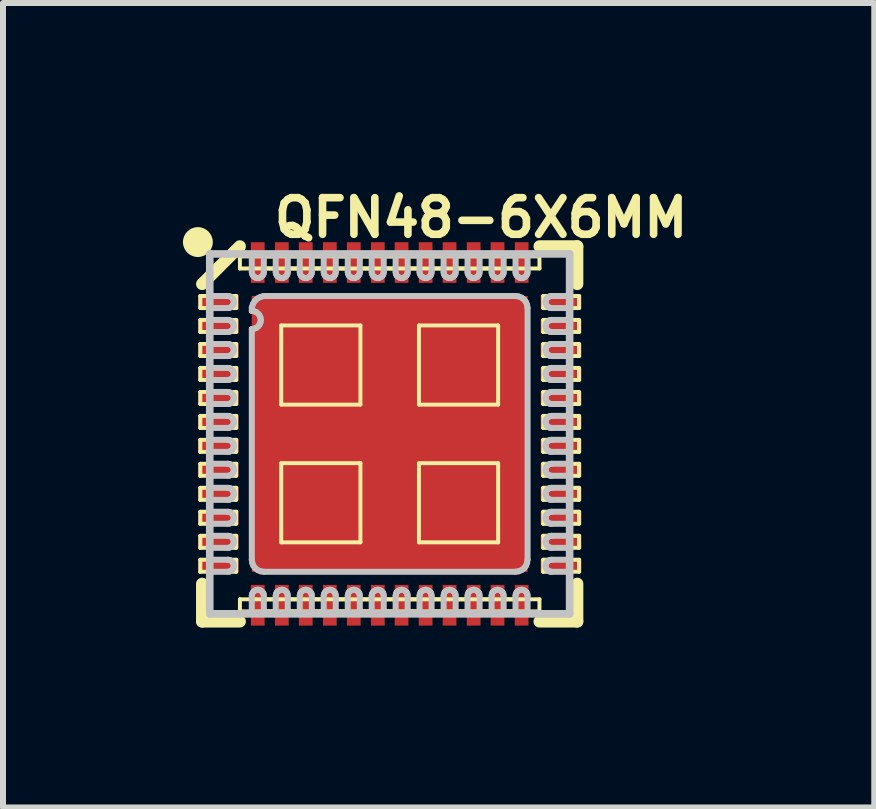
<source format=kicad_pcb>
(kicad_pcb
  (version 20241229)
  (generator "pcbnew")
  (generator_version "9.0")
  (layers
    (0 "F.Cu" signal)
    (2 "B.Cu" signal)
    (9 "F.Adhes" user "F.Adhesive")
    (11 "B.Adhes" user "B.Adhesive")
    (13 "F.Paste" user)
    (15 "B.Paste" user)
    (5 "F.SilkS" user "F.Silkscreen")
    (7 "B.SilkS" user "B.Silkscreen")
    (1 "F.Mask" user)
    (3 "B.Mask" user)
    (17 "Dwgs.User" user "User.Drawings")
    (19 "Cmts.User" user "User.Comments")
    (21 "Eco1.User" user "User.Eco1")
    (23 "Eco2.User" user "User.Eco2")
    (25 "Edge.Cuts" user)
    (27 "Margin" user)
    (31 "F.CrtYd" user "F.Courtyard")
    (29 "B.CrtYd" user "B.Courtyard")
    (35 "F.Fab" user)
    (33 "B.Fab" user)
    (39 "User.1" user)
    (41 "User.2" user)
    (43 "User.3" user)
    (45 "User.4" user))
  (footprint "QFN48-6X6MM"
    (layer "F.Cu")
    (at 3.447 4.184)
    (property "Reference" "QFN48-6X6MM" (at 1.524 -3.604 0) (layer "F.SilkS") (effects (font (size 0.61 0.61) (thickness 0.127))))
    (attr smd)
    (fp_line (start -3.157 -2.299) (end -2.56 -2.299) (stroke (width 0.066) (type solid)) (layer "F.SilkS"))
    (fp_line (start -3.157 -2.098) (end -3.157 -2.299) (stroke (width 0.066) (type solid)) (layer "F.SilkS"))
    (fp_line (start -3.157 -2.098) (end -2.56 -2.098) (stroke (width 0.066) (type solid)) (layer "F.SilkS"))
    (fp_line (start -3.157 -1.9) (end -2.56 -1.9) (stroke (width 0.066) (type solid)) (layer "F.SilkS"))
    (fp_line (start -3.157 -1.699) (end -3.157 -1.9) (stroke (width 0.066) (type solid)) (layer "F.SilkS"))
    (fp_line (start -3.157 -1.699) (end -2.56 -1.699) (stroke (width 0.066) (type solid)) (layer "F.SilkS"))
    (fp_line (start -3.157 -1.499) (end -2.56 -1.499) (stroke (width 0.066) (type solid)) (layer "F.SilkS"))
    (fp_line (start -3.157 -1.298) (end -3.157 -1.499) (stroke (width 0.066) (type solid)) (layer "F.SilkS"))
    (fp_line (start -3.157 -1.298) (end -2.56 -1.298) (stroke (width 0.066) (type solid)) (layer "F.SilkS"))
    (fp_line (start -3.157 -1.1) (end -2.56 -1.1) (stroke (width 0.066) (type solid)) (layer "F.SilkS"))
    (fp_line (start -3.157 -0.899) (end -3.157 -1.1) (stroke (width 0.066) (type solid)) (layer "F.SilkS"))
    (fp_line (start -3.157 -0.899) (end -2.56 -0.899) (stroke (width 0.066) (type solid)) (layer "F.SilkS"))
    (fp_line (start -3.157 -0.699) (end -2.56 -0.699) (stroke (width 0.066) (type solid)) (layer "F.SilkS"))
    (fp_line (start -3.157 -0.498) (end -3.157 -0.699) (stroke (width 0.066) (type solid)) (layer "F.SilkS"))
    (fp_line (start -3.157 -0.498) (end -2.56 -0.498) (stroke (width 0.066) (type solid)) (layer "F.SilkS"))
    (fp_line (start -3.157 -0.3) (end -2.56 -0.3) (stroke (width 0.066) (type solid)) (layer "F.SilkS"))
    (fp_line (start -3.157 -0.099) (end -3.157 -0.3) (stroke (width 0.066) (type solid)) (layer "F.SilkS"))
    (fp_line (start -3.157 -0.099) (end -2.56 -0.099) (stroke (width 0.066) (type solid)) (layer "F.SilkS"))
    (fp_line (start -3.157 0.099) (end -2.56 0.099) (stroke (width 0.066) (type solid)) (layer "F.SilkS"))
    (fp_line (start -3.157 0.3) (end -3.157 0.099) (stroke (width 0.066) (type solid)) (layer "F.SilkS"))
    (fp_line (start -3.157 0.3) (end -2.56 0.3) (stroke (width 0.066) (type solid)) (layer "F.SilkS"))
    (fp_line (start -3.157 0.498) (end -2.56 0.498) (stroke (width 0.066) (type solid)) (layer "F.SilkS"))
    (fp_line (start -3.157 0.699) (end -3.157 0.498) (stroke (width 0.066) (type solid)) (layer "F.SilkS"))
    (fp_line (start -3.157 0.699) (end -2.56 0.699) (stroke (width 0.066) (type solid)) (layer "F.SilkS"))
    (fp_line (start -3.157 0.899) (end -2.56 0.899) (stroke (width 0.066) (type solid)) (layer "F.SilkS"))
    (fp_line (start -3.157 1.1) (end -3.157 0.899) (stroke (width 0.066) (type solid)) (layer "F.SilkS"))
    (fp_line (start -3.157 1.1) (end -2.56 1.1) (stroke (width 0.066) (type solid)) (layer "F.SilkS"))
    (fp_line (start -3.157 1.298) (end -2.56 1.298) (stroke (width 0.066) (type solid)) (layer "F.SilkS"))
    (fp_line (start -3.157 1.499) (end -3.157 1.298) (stroke (width 0.066) (type solid)) (layer "F.SilkS"))
    (fp_line (start -3.157 1.499) (end -2.56 1.499) (stroke (width 0.066) (type solid)) (layer "F.SilkS"))
    (fp_line (start -3.157 1.699) (end -2.56 1.699) (stroke (width 0.066) (type solid)) (layer "F.SilkS"))
    (fp_line (start -3.157 1.9) (end -3.157 1.699) (stroke (width 0.066) (type solid)) (layer "F.SilkS"))
    (fp_line (start -3.157 1.9) (end -2.56 1.9) (stroke (width 0.066) (type solid)) (layer "F.SilkS"))
    (fp_line (start -3.157 2.098) (end -2.56 2.098) (stroke (width 0.066) (type solid)) (layer "F.SilkS"))
    (fp_line (start -3.157 2.299) (end -3.157 2.098) (stroke (width 0.066) (type solid)) (layer "F.SilkS"))
    (fp_line (start -3.157 2.299) (end -2.56 2.299) (stroke (width 0.066) (type solid)) (layer "F.SilkS"))
    (fp_line (start -3.127 -2.499) (end -2.499 -3.127) (stroke (width 0.203) (type solid)) (layer "F.SilkS"))
    (fp_line (start -3.127 2.499) (end -3.127 3.127) (stroke (width 0.203) (type solid)) (layer "F.SilkS"))
    (fp_line (start -3.127 3.127) (end -2.499 3.127) (stroke (width 0.203) (type solid)) (layer "F.SilkS"))
    (fp_line (start -2.56 -2.098) (end -2.56 -2.299) (stroke (width 0.066) (type solid)) (layer "F.SilkS"))
    (fp_line (start -2.56 -1.699) (end -2.56 -1.9) (stroke (width 0.066) (type solid)) (layer "F.SilkS"))
    (fp_line (start -2.56 -1.298) (end -2.56 -1.499) (stroke (width 0.066) (type solid)) (layer "F.SilkS"))
    (fp_line (start -2.56 -0.899) (end -2.56 -1.1) (stroke (width 0.066) (type solid)) (layer "F.SilkS"))
    (fp_line (start -2.56 -0.498) (end -2.56 -0.699) (stroke (width 0.066) (type solid)) (layer "F.SilkS"))
    (fp_line (start -2.56 -0.099) (end -2.56 -0.3) (stroke (width 0.066) (type solid)) (layer "F.SilkS"))
    (fp_line (start -2.56 0.3) (end -2.56 0.099) (stroke (width 0.066) (type solid)) (layer "F.SilkS"))
    (fp_line (start -2.56 0.699) (end -2.56 0.498) (stroke (width 0.066) (type solid)) (layer "F.SilkS"))
    (fp_line (start -2.56 1.1) (end -2.56 0.899) (stroke (width 0.066) (type solid)) (layer "F.SilkS"))
    (fp_line (start -2.56 1.499) (end -2.56 1.298) (stroke (width 0.066) (type solid)) (layer "F.SilkS"))
    (fp_line (start -2.56 1.9) (end -2.56 1.699) (stroke (width 0.066) (type solid)) (layer "F.SilkS"))
    (fp_line (start -2.56 2.299) (end -2.56 2.098) (stroke (width 0.066) (type solid)) (layer "F.SilkS"))
    (fp_line (start -2.497 -2.959) (end -1.902 -2.959) (stroke (width 0.066) (type solid)) (layer "F.SilkS"))
    (fp_line (start -2.497 -2.758) (end -2.497 -2.959) (stroke (width 0.066) (type solid)) (layer "F.SilkS"))
    (fp_line (start -2.497 -2.758) (end -1.902 -2.758) (stroke (width 0.066) (type solid)) (layer "F.SilkS"))
    (fp_line (start -2.497 2.758) (end -1.902 2.758) (stroke (width 0.066) (type solid)) (layer "F.SilkS"))
    (fp_line (start -2.497 2.959) (end -2.497 2.758) (stroke (width 0.066) (type solid)) (layer "F.SilkS"))
    (fp_line (start -2.497 2.959) (end -1.902 2.959) (stroke (width 0.066) (type solid)) (layer "F.SilkS"))
    (fp_line (start -2.095 -2.959) (end -1.501 -2.959) (stroke (width 0.066) (type solid)) (layer "F.SilkS"))
    (fp_line (start -2.095 -2.758) (end -2.095 -2.959) (stroke (width 0.066) (type solid)) (layer "F.SilkS"))
    (fp_line (start -2.095 -2.758) (end -1.501 -2.758) (stroke (width 0.066) (type solid)) (layer "F.SilkS"))
    (fp_line (start -2.095 2.758) (end -1.501 2.758) (stroke (width 0.066) (type solid)) (layer "F.SilkS"))
    (fp_line (start -2.095 2.959) (end -2.095 2.758) (stroke (width 0.066) (type solid)) (layer "F.SilkS"))
    (fp_line (start -2.095 2.959) (end -1.501 2.959) (stroke (width 0.066) (type solid)) (layer "F.SilkS"))
    (fp_line (start -1.902 -2.758) (end -1.902 -2.959) (stroke (width 0.066) (type solid)) (layer "F.SilkS"))
    (fp_line (start -1.902 2.959) (end -1.902 2.758) (stroke (width 0.066) (type solid)) (layer "F.SilkS"))
    (fp_line (start -1.808 -1.808) (end -0.488 -1.808) (stroke (width 0.066) (type solid)) (layer "F.SilkS"))
    (fp_line (start -1.808 -0.488) (end -1.808 -1.808) (stroke (width 0.066) (type solid)) (layer "F.SilkS"))
    (fp_line (start -1.808 -0.488) (end -0.488 -0.488) (stroke (width 0.066) (type solid)) (layer "F.SilkS"))
    (fp_line (start -1.808 0.488) (end -0.488 0.488) (stroke (width 0.066) (type solid)) (layer "F.SilkS"))
    (fp_line (start -1.808 1.808) (end -1.808 0.488) (stroke (width 0.066) (type solid)) (layer "F.SilkS"))
    (fp_line (start -1.808 1.808) (end -0.488 1.808) (stroke (width 0.066) (type solid)) (layer "F.SilkS"))
    (fp_line (start -1.697 -2.959) (end -1.102 -2.959) (stroke (width 0.066) (type solid)) (layer "F.SilkS"))
    (fp_line (start -1.697 -2.758) (end -1.697 -2.959) (stroke (width 0.066) (type solid)) (layer "F.SilkS"))
    (fp_line (start -1.697 -2.758) (end -1.102 -2.758) (stroke (width 0.066) (type solid)) (layer "F.SilkS"))
    (fp_line (start -1.697 2.758) (end -1.102 2.758) (stroke (width 0.066) (type solid)) (layer "F.SilkS"))
    (fp_line (start -1.697 2.959) (end -1.697 2.758) (stroke (width 0.066) (type solid)) (layer "F.SilkS"))
    (fp_line (start -1.697 2.959) (end -1.102 2.959) (stroke (width 0.066) (type solid)) (layer "F.SilkS"))
    (fp_line (start -1.501 -2.758) (end -1.501 -2.959) (stroke (width 0.066) (type solid)) (layer "F.SilkS"))
    (fp_line (start -1.501 2.959) (end -1.501 2.758) (stroke (width 0.066) (type solid)) (layer "F.SilkS"))
    (fp_line (start -1.295 -2.959) (end -0.701 -2.959) (stroke (width 0.066) (type solid)) (layer "F.SilkS"))
    (fp_line (start -1.295 -2.758) (end -1.295 -2.959) (stroke (width 0.066) (type solid)) (layer "F.SilkS"))
    (fp_line (start -1.295 -2.758) (end -0.701 -2.758) (stroke (width 0.066) (type solid)) (layer "F.SilkS"))
    (fp_line (start -1.295 2.758) (end -0.701 2.758) (stroke (width 0.066) (type solid)) (layer "F.SilkS"))
    (fp_line (start -1.295 2.959) (end -1.295 2.758) (stroke (width 0.066) (type solid)) (layer "F.SilkS"))
    (fp_line (start -1.295 2.959) (end -0.701 2.959) (stroke (width 0.066) (type solid)) (layer "F.SilkS"))
    (fp_line (start -1.102 -2.758) (end -1.102 -2.959) (stroke (width 0.066) (type solid)) (layer "F.SilkS"))
    (fp_line (start -1.102 2.959) (end -1.102 2.758) (stroke (width 0.066) (type solid)) (layer "F.SilkS"))
    (fp_line (start -0.897 -2.959) (end -0.302 -2.959) (stroke (width 0.066) (type solid)) (layer "F.SilkS"))
    (fp_line (start -0.897 -2.758) (end -0.897 -2.959) (stroke (width 0.066) (type solid)) (layer "F.SilkS"))
    (fp_line (start -0.897 -2.758) (end -0.302 -2.758) (stroke (width 0.066) (type solid)) (layer "F.SilkS"))
    (fp_line (start -0.897 2.758) (end -0.302 2.758) (stroke (width 0.066) (type solid)) (layer "F.SilkS"))
    (fp_line (start -0.897 2.959) (end -0.897 2.758) (stroke (width 0.066) (type solid)) (layer "F.SilkS"))
    (fp_line (start -0.897 2.959) (end -0.302 2.959) (stroke (width 0.066) (type solid)) (layer "F.SilkS"))
    (fp_line (start -0.701 -2.758) (end -0.701 -2.959) (stroke (width 0.066) (type solid)) (layer "F.SilkS"))
    (fp_line (start -0.701 2.959) (end -0.701 2.758) (stroke (width 0.066) (type solid)) (layer "F.SilkS"))
    (fp_line (start -0.495 -2.959) (end 0.097 -2.959) (stroke (width 0.066) (type solid)) (layer "F.SilkS"))
    (fp_line (start -0.495 -2.758) (end -0.495 -2.959) (stroke (width 0.066) (type solid)) (layer "F.SilkS"))
    (fp_line (start -0.495 -2.758) (end 0.097 -2.758) (stroke (width 0.066) (type solid)) (layer "F.SilkS"))
    (fp_line (start -0.495 2.758) (end 0.097 2.758) (stroke (width 0.066) (type solid)) (layer "F.SilkS"))
    (fp_line (start -0.495 2.959) (end -0.495 2.758) (stroke (width 0.066) (type solid)) (layer "F.SilkS"))
    (fp_line (start -0.495 2.959) (end 0.097 2.959) (stroke (width 0.066) (type solid)) (layer "F.SilkS"))
    (fp_line (start -0.488 -0.488) (end -0.488 -1.808) (stroke (width 0.066) (type solid)) (layer "F.SilkS"))
    (fp_line (start -0.488 1.808) (end -0.488 0.488) (stroke (width 0.066) (type solid)) (layer "F.SilkS"))
    (fp_line (start -0.302 -2.758) (end -0.302 -2.959) (stroke (width 0.066) (type solid)) (layer "F.SilkS"))
    (fp_line (start -0.302 2.959) (end -0.302 2.758) (stroke (width 0.066) (type solid)) (layer "F.SilkS"))
    (fp_line (start -0.097 -2.959) (end 0.495 -2.959) (stroke (width 0.066) (type solid)) (layer "F.SilkS"))
    (fp_line (start -0.097 -2.758) (end -0.097 -2.959) (stroke (width 0.066) (type solid)) (layer "F.SilkS"))
    (fp_line (start -0.097 -2.758) (end 0.495 -2.758) (stroke (width 0.066) (type solid)) (layer "F.SilkS"))
    (fp_line (start -0.097 2.758) (end 0.495 2.758) (stroke (width 0.066) (type solid)) (layer "F.SilkS"))
    (fp_line (start -0.097 2.959) (end -0.097 2.758) (stroke (width 0.066) (type solid)) (layer "F.SilkS"))
    (fp_line (start -0.097 2.959) (end 0.495 2.959) (stroke (width 0.066) (type solid)) (layer "F.SilkS"))
    (fp_line (start 0.097 -2.758) (end 0.097 -2.959) (stroke (width 0.066) (type solid)) (layer "F.SilkS"))
    (fp_line (start 0.097 2.959) (end 0.097 2.758) (stroke (width 0.066) (type solid)) (layer "F.SilkS"))
    (fp_line (start 0.302 -2.959) (end 0.897 -2.959) (stroke (width 0.066) (type solid)) (layer "F.SilkS"))
    (fp_line (start 0.302 -2.758) (end 0.302 -2.959) (stroke (width 0.066) (type solid)) (layer "F.SilkS"))
    (fp_line (start 0.302 -2.758) (end 0.897 -2.758) (stroke (width 0.066) (type solid)) (layer "F.SilkS"))
    (fp_line (start 0.302 2.758) (end 0.897 2.758) (stroke (width 0.066) (type solid)) (layer "F.SilkS"))
    (fp_line (start 0.302 2.959) (end 0.302 2.758) (stroke (width 0.066) (type solid)) (layer "F.SilkS"))
    (fp_line (start 0.302 2.959) (end 0.897 2.959) (stroke (width 0.066) (type solid)) (layer "F.SilkS"))
    (fp_line (start 0.488 -1.808) (end 1.808 -1.808) (stroke (width 0.066) (type solid)) (layer "F.SilkS"))
    (fp_line (start 0.488 -0.488) (end 0.488 -1.808) (stroke (width 0.066) (type solid)) (layer "F.SilkS"))
    (fp_line (start 0.488 -0.488) (end 1.808 -0.488) (stroke (width 0.066) (type solid)) (layer "F.SilkS"))
    (fp_line (start 0.488 0.488) (end 1.808 0.488) (stroke (width 0.066) (type solid)) (layer "F.SilkS"))
    (fp_line (start 0.488 1.808) (end 0.488 0.488) (stroke (width 0.066) (type solid)) (layer "F.SilkS"))
    (fp_line (start 0.488 1.808) (end 1.808 1.808) (stroke (width 0.066) (type solid)) (layer "F.SilkS"))
    (fp_line (start 0.495 -2.758) (end 0.495 -2.959) (stroke (width 0.066) (type solid)) (layer "F.SilkS"))
    (fp_line (start 0.495 2.959) (end 0.495 2.758) (stroke (width 0.066) (type solid)) (layer "F.SilkS"))
    (fp_line (start 0.701 -2.959) (end 1.295 -2.959) (stroke (width 0.066) (type solid)) (layer "F.SilkS"))
    (fp_line (start 0.701 -2.758) (end 0.701 -2.959) (stroke (width 0.066) (type solid)) (layer "F.SilkS"))
    (fp_line (start 0.701 -2.758) (end 1.295 -2.758) (stroke (width 0.066) (type solid)) (layer "F.SilkS"))
    (fp_line (start 0.701 2.758) (end 1.295 2.758) (stroke (width 0.066) (type solid)) (layer "F.SilkS"))
    (fp_line (start 0.701 2.959) (end 0.701 2.758) (stroke (width 0.066) (type solid)) (layer "F.SilkS"))
    (fp_line (start 0.701 2.959) (end 1.295 2.959) (stroke (width 0.066) (type solid)) (layer "F.SilkS"))
    (fp_line (start 0.897 -2.758) (end 0.897 -2.959) (stroke (width 0.066) (type solid)) (layer "F.SilkS"))
    (fp_line (start 0.897 2.959) (end 0.897 2.758) (stroke (width 0.066) (type solid)) (layer "F.SilkS"))
    (fp_line (start 1.102 -2.959) (end 1.697 -2.959) (stroke (width 0.066) (type solid)) (layer "F.SilkS"))
    (fp_line (start 1.102 -2.758) (end 1.102 -2.959) (stroke (width 0.066) (type solid)) (layer "F.SilkS"))
    (fp_line (start 1.102 -2.758) (end 1.697 -2.758) (stroke (width 0.066) (type solid)) (layer "F.SilkS"))
    (fp_line (start 1.102 2.758) (end 1.697 2.758) (stroke (width 0.066) (type solid)) (layer "F.SilkS"))
    (fp_line (start 1.102 2.959) (end 1.102 2.758) (stroke (width 0.066) (type solid)) (layer "F.SilkS"))
    (fp_line (start 1.102 2.959) (end 1.697 2.959) (stroke (width 0.066) (type solid)) (layer "F.SilkS"))
    (fp_line (start 1.295 -2.758) (end 1.295 -2.959) (stroke (width 0.066) (type solid)) (layer "F.SilkS"))
    (fp_line (start 1.295 2.959) (end 1.295 2.758) (stroke (width 0.066) (type solid)) (layer "F.SilkS"))
    (fp_line (start 1.501 -2.959) (end 2.095 -2.959) (stroke (width 0.066) (type solid)) (layer "F.SilkS"))
    (fp_line (start 1.501 -2.758) (end 1.501 -2.959) (stroke (width 0.066) (type solid)) (layer "F.SilkS"))
    (fp_line (start 1.501 -2.758) (end 2.095 -2.758) (stroke (width 0.066) (type solid)) (layer "F.SilkS"))
    (fp_line (start 1.501 2.758) (end 2.095 2.758) (stroke (width 0.066) (type solid)) (layer "F.SilkS"))
    (fp_line (start 1.501 2.959) (end 1.501 2.758) (stroke (width 0.066) (type solid)) (layer "F.SilkS"))
    (fp_line (start 1.501 2.959) (end 2.095 2.959) (stroke (width 0.066) (type solid)) (layer "F.SilkS"))
    (fp_line (start 1.697 -2.758) (end 1.697 -2.959) (stroke (width 0.066) (type solid)) (layer "F.SilkS"))
    (fp_line (start 1.697 2.959) (end 1.697 2.758) (stroke (width 0.066) (type solid)) (layer "F.SilkS"))
    (fp_line (start 1.808 -0.488) (end 1.808 -1.808) (stroke (width 0.066) (type solid)) (layer "F.SilkS"))
    (fp_line (start 1.808 1.808) (end 1.808 0.488) (stroke (width 0.066) (type solid)) (layer "F.SilkS"))
    (fp_line (start 1.902 -2.959) (end 2.497 -2.959) (stroke (width 0.066) (type solid)) (layer "F.SilkS"))
    (fp_line (start 1.902 -2.758) (end 1.902 -2.959) (stroke (width 0.066) (type solid)) (layer "F.SilkS"))
    (fp_line (start 1.902 -2.758) (end 2.497 -2.758) (stroke (width 0.066) (type solid)) (layer "F.SilkS"))
    (fp_line (start 1.902 2.758) (end 2.497 2.758) (stroke (width 0.066) (type solid)) (layer "F.SilkS"))
    (fp_line (start 1.902 2.959) (end 1.902 2.758) (stroke (width 0.066) (type solid)) (layer "F.SilkS"))
    (fp_line (start 1.902 2.959) (end 2.497 2.959) (stroke (width 0.066) (type solid)) (layer "F.SilkS"))
    (fp_line (start 2.095 -2.758) (end 2.095 -2.959) (stroke (width 0.066) (type solid)) (layer "F.SilkS"))
    (fp_line (start 2.095 2.959) (end 2.095 2.758) (stroke (width 0.066) (type solid)) (layer "F.SilkS"))
    (fp_line (start 2.497 -2.758) (end 2.497 -2.959) (stroke (width 0.066) (type solid)) (layer "F.SilkS"))
    (fp_line (start 2.497 2.959) (end 2.497 2.758) (stroke (width 0.066) (type solid)) (layer "F.SilkS"))
    (fp_line (start 2.499 3.127) (end 3.127 3.127) (stroke (width 0.203) (type solid)) (layer "F.SilkS"))
    (fp_line (start 2.56 -2.299) (end 3.157 -2.299) (stroke (width 0.066) (type solid)) (layer "F.SilkS"))
    (fp_line (start 2.56 -2.098) (end 2.56 -2.299) (stroke (width 0.066) (type solid)) (layer "F.SilkS"))
    (fp_line (start 2.56 -2.098) (end 3.157 -2.098) (stroke (width 0.066) (type solid)) (layer "F.SilkS"))
    (fp_line (start 2.56 -1.9) (end 3.157 -1.9) (stroke (width 0.066) (type solid)) (layer "F.SilkS"))
    (fp_line (start 2.56 -1.699) (end 2.56 -1.9) (stroke (width 0.066) (type solid)) (layer "F.SilkS"))
    (fp_line (start 2.56 -1.699) (end 3.157 -1.699) (stroke (width 0.066) (type solid)) (layer "F.SilkS"))
    (fp_line (start 2.56 -1.499) (end 3.157 -1.499) (stroke (width 0.066) (type solid)) (layer "F.SilkS"))
    (fp_line (start 2.56 -1.298) (end 2.56 -1.499) (stroke (width 0.066) (type solid)) (layer "F.SilkS"))
    (fp_line (start 2.56 -1.298) (end 3.157 -1.298) (stroke (width 0.066) (type solid)) (layer "F.SilkS"))
    (fp_line (start 2.56 -1.1) (end 3.157 -1.1) (stroke (width 0.066) (type solid)) (layer "F.SilkS"))
    (fp_line (start 2.56 -0.899) (end 2.56 -1.1) (stroke (width 0.066) (type solid)) (layer "F.SilkS"))
    (fp_line (start 2.56 -0.899) (end 3.157 -0.899) (stroke (width 0.066) (type solid)) (layer "F.SilkS"))
    (fp_line (start 2.56 -0.699) (end 3.157 -0.699) (stroke (width 0.066) (type solid)) (layer "F.SilkS"))
    (fp_line (start 2.56 -0.498) (end 2.56 -0.699) (stroke (width 0.066) (type solid)) (layer "F.SilkS"))
    (fp_line (start 2.56 -0.498) (end 3.157 -0.498) (stroke (width 0.066) (type solid)) (layer "F.SilkS"))
    (fp_line (start 2.56 -0.3) (end 3.157 -0.3) (stroke (width 0.066) (type solid)) (layer "F.SilkS"))
    (fp_line (start 2.56 -0.099) (end 2.56 -0.3) (stroke (width 0.066) (type solid)) (layer "F.SilkS"))
    (fp_line (start 2.56 -0.099) (end 3.157 -0.099) (stroke (width 0.066) (type solid)) (layer "F.SilkS"))
    (fp_line (start 2.56 0.099) (end 3.157 0.099) (stroke (width 0.066) (type solid)) (layer "F.SilkS"))
    (fp_line (start 2.56 0.3) (end 2.56 0.099) (stroke (width 0.066) (type solid)) (layer "F.SilkS"))
    (fp_line (start 2.56 0.3) (end 3.157 0.3) (stroke (width 0.066) (type solid)) (layer "F.SilkS"))
    (fp_line (start 2.56 0.498) (end 3.157 0.498) (stroke (width 0.066) (type solid)) (layer "F.SilkS"))
    (fp_line (start 2.56 0.699) (end 2.56 0.498) (stroke (width 0.066) (type solid)) (layer "F.SilkS"))
    (fp_line (start 2.56 0.699) (end 3.157 0.699) (stroke (width 0.066) (type solid)) (layer "F.SilkS"))
    (fp_line (start 2.56 0.899) (end 3.157 0.899) (stroke (width 0.066) (type solid)) (layer "F.SilkS"))
    (fp_line (start 2.56 1.1) (end 2.56 0.899) (stroke (width 0.066) (type solid)) (layer "F.SilkS"))
    (fp_line (start 2.56 1.1) (end 3.157 1.1) (stroke (width 0.066) (type solid)) (layer "F.SilkS"))
    (fp_line (start 2.56 1.298) (end 3.157 1.298) (stroke (width 0.066) (type solid)) (layer "F.SilkS"))
    (fp_line (start 2.56 1.499) (end 2.56 1.298) (stroke (width 0.066) (type solid)) (layer "F.SilkS"))
    (fp_line (start 2.56 1.499) (end 3.157 1.499) (stroke (width 0.066) (type solid)) (layer "F.SilkS"))
    (fp_line (start 2.56 1.699) (end 3.157 1.699) (stroke (width 0.066) (type solid)) (layer "F.SilkS"))
    (fp_line (start 2.56 1.9) (end 2.56 1.699) (stroke (width 0.066) (type solid)) (layer "F.SilkS"))
    (fp_line (start 2.56 1.9) (end 3.157 1.9) (stroke (width 0.066) (type solid)) (layer "F.SilkS"))
    (fp_line (start 2.56 2.098) (end 3.157 2.098) (stroke (width 0.066) (type solid)) (layer "F.SilkS"))
    (fp_line (start 2.56 2.299) (end 2.56 2.098) (stroke (width 0.066) (type solid)) (layer "F.SilkS"))
    (fp_line (start 2.56 2.299) (end 3.157 2.299) (stroke (width 0.066) (type solid)) (layer "F.SilkS"))
    (fp_line (start 3.127 -3.127) (end 2.499 -3.127) (stroke (width 0.203) (type solid)) (layer "F.SilkS"))
    (fp_line (start 3.127 -2.499) (end 3.127 -3.127) (stroke (width 0.203) (type solid)) (layer "F.SilkS"))
    (fp_line (start 3.127 3.127) (end 3.127 2.499) (stroke (width 0.203) (type solid)) (layer "F.SilkS"))
    (fp_line (start 3.157 -2.098) (end 3.157 -2.299) (stroke (width 0.066) (type solid)) (layer "F.SilkS"))
    (fp_line (start 3.157 -1.699) (end 3.157 -1.9) (stroke (width 0.066) (type solid)) (layer "F.SilkS"))
    (fp_line (start 3.157 -1.298) (end 3.157 -1.499) (stroke (width 0.066) (type solid)) (layer "F.SilkS"))
    (fp_line (start 3.157 -0.899) (end 3.157 -1.1) (stroke (width 0.066) (type solid)) (layer "F.SilkS"))
    (fp_line (start 3.157 -0.498) (end 3.157 -0.699) (stroke (width 0.066) (type solid)) (layer "F.SilkS"))
    (fp_line (start 3.157 -0.099) (end 3.157 -0.3) (stroke (width 0.066) (type solid)) (layer "F.SilkS"))
    (fp_line (start 3.157 0.3) (end 3.157 0.099) (stroke (width 0.066) (type solid)) (layer "F.SilkS"))
    (fp_line (start 3.157 0.699) (end 3.157 0.498) (stroke (width 0.066) (type solid)) (layer "F.SilkS"))
    (fp_line (start 3.157 1.1) (end 3.157 0.899) (stroke (width 0.066) (type solid)) (layer "F.SilkS"))
    (fp_line (start 3.157 1.499) (end 3.157 1.298) (stroke (width 0.066) (type solid)) (layer "F.SilkS"))
    (fp_line (start 3.157 1.9) (end 3.157 1.699) (stroke (width 0.066) (type solid)) (layer "F.SilkS"))
    (fp_line (start 3.157 2.299) (end 3.157 2.098) (stroke (width 0.066) (type solid)) (layer "F.SilkS"))
    (fp_circle (center -3.198 -3.198) (end -3.198 -3.447) (stroke (width 0) (type solid)) (fill yes) (layer "F.SilkS"))
    (fp_line (start -3 -3) (end -3 3) (stroke (width 0.127) (type solid)) (layer "Dwgs.User"))
    (fp_line (start -3 -2.299) (end -3 -2.098) (stroke (width 0.1) (type solid)) (layer "Dwgs.User"))
    (fp_line (start -3 -2.098) (end -2.697 -2.098) (stroke (width 0.1) (type solid)) (layer "Dwgs.User"))
    (fp_line (start -3 -1.9) (end -3 -1.699) (stroke (width 0.1) (type solid)) (layer "Dwgs.User"))
    (fp_line (start -3 -1.699) (end -2.697 -1.699) (stroke (width 0.1) (type solid)) (layer "Dwgs.User"))
    (fp_line (start -3 -1.499) (end -3 -1.298) (stroke (width 0.1) (type solid)) (layer "Dwgs.User"))
    (fp_line (start -3 -1.298) (end -2.697 -1.298) (stroke (width 0.1) (type solid)) (layer "Dwgs.User"))
    (fp_line (start -3 -1.1) (end -3 -0.899) (stroke (width 0.1) (type solid)) (layer "Dwgs.User"))
    (fp_line (start -3 -0.899) (end -2.697 -0.899) (stroke (width 0.1) (type solid)) (layer "Dwgs.User"))
    (fp_line (start -3 -0.699) (end -3 -0.498) (stroke (width 0.1) (type solid)) (layer "Dwgs.User"))
    (fp_line (start -3 -0.498) (end -2.697 -0.498) (stroke (width 0.1) (type solid)) (layer "Dwgs.User"))
    (fp_line (start -3 -0.3) (end -3 -0.099) (stroke (width 0.1) (type solid)) (layer "Dwgs.User"))
    (fp_line (start -3 -0.099) (end -2.697 -0.099) (stroke (width 0.1) (type solid)) (layer "Dwgs.User"))
    (fp_line (start -3 0.099) (end -3 0.3) (stroke (width 0.1) (type solid)) (layer "Dwgs.User"))
    (fp_line (start -3 0.3) (end -2.697 0.3) (stroke (width 0.1) (type solid)) (layer "Dwgs.User"))
    (fp_line (start -3 0.498) (end -3 0.699) (stroke (width 0.1) (type solid)) (layer "Dwgs.User"))
    (fp_line (start -3 0.699) (end -2.697 0.699) (stroke (width 0.1) (type solid)) (layer "Dwgs.User"))
    (fp_line (start -3 0.899) (end -3 1.1) (stroke (width 0.1) (type solid)) (layer "Dwgs.User"))
    (fp_line (start -3 1.1) (end -2.697 1.1) (stroke (width 0.1) (type solid)) (layer "Dwgs.User"))
    (fp_line (start -3 1.298) (end -3 1.499) (stroke (width 0.1) (type solid)) (layer "Dwgs.User"))
    (fp_line (start -3 1.499) (end -2.697 1.499) (stroke (width 0.1) (type solid)) (layer "Dwgs.User"))
    (fp_line (start -3 1.699) (end -3 1.9) (stroke (width 0.1) (type solid)) (layer "Dwgs.User"))
    (fp_line (start -3 1.9) (end -2.697 1.9) (stroke (width 0.1) (type solid)) (layer "Dwgs.User"))
    (fp_line (start -3 2.098) (end -3 2.299) (stroke (width 0.1) (type solid)) (layer "Dwgs.User"))
    (fp_line (start -3 2.299) (end -2.697 2.299) (stroke (width 0.1) (type solid)) (layer "Dwgs.User"))
    (fp_line (start -3 3) (end 3 3) (stroke (width 0.127) (type solid)) (layer "Dwgs.User"))
    (fp_line (start -2.697 -2.299) (end -3 -2.299) (stroke (width 0.1) (type solid)) (layer "Dwgs.User"))
    (fp_line (start -2.697 -2.098) (end -2.667 -2.103) (stroke (width 0.1) (type solid)) (layer "Dwgs.User"))
    (fp_line (start -2.697 -1.9) (end -3 -1.9) (stroke (width 0.1) (type solid)) (layer "Dwgs.User"))
    (fp_line (start -2.697 -1.699) (end -2.667 -1.704) (stroke (width 0.1) (type solid)) (layer "Dwgs.User"))
    (fp_line (start -2.697 -1.499) (end -3 -1.499) (stroke (width 0.1) (type solid)) (layer "Dwgs.User"))
    (fp_line (start -2.697 -1.298) (end -2.667 -1.303) (stroke (width 0.1) (type solid)) (layer "Dwgs.User"))
    (fp_line (start -2.697 -1.1) (end -3 -1.1) (stroke (width 0.1) (type solid)) (layer "Dwgs.User"))
    (fp_line (start -2.697 -0.899) (end -2.667 -0.904) (stroke (width 0.1) (type solid)) (layer "Dwgs.User"))
    (fp_line (start -2.697 -0.699) (end -3 -0.699) (stroke (width 0.1) (type solid)) (layer "Dwgs.User"))
    (fp_line (start -2.697 -0.498) (end -2.667 -0.503) (stroke (width 0.1) (type solid)) (layer "Dwgs.User"))
    (fp_line (start -2.697 -0.3) (end -3 -0.3) (stroke (width 0.1) (type solid)) (layer "Dwgs.User"))
    (fp_line (start -2.697 -0.099) (end -2.667 -0.104) (stroke (width 0.1) (type solid)) (layer "Dwgs.User"))
    (fp_line (start -2.697 0.099) (end -3 0.099) (stroke (width 0.1) (type solid)) (layer "Dwgs.User"))
    (fp_line (start -2.697 0.3) (end -2.667 0.295) (stroke (width 0.1) (type solid)) (layer "Dwgs.User"))
    (fp_line (start -2.697 0.498) (end -3 0.498) (stroke (width 0.1) (type solid)) (layer "Dwgs.User"))
    (fp_line (start -2.697 0.699) (end -2.667 0.693) (stroke (width 0.1) (type solid)) (layer "Dwgs.User"))
    (fp_line (start -2.697 0.899) (end -3 0.899) (stroke (width 0.1) (type solid)) (layer "Dwgs.User"))
    (fp_line (start -2.697 1.1) (end -2.667 1.095) (stroke (width 0.1) (type solid)) (layer "Dwgs.User"))
    (fp_line (start -2.697 1.298) (end -3 1.298) (stroke (width 0.1) (type solid)) (layer "Dwgs.User"))
    (fp_line (start -2.697 1.499) (end -2.667 1.494) (stroke (width 0.1) (type solid)) (layer "Dwgs.User"))
    (fp_line (start -2.697 1.699) (end -3 1.699) (stroke (width 0.1) (type solid)) (layer "Dwgs.User"))
    (fp_line (start -2.697 1.9) (end -2.667 1.895) (stroke (width 0.1) (type solid)) (layer "Dwgs.User"))
    (fp_line (start -2.697 2.098) (end -3 2.098) (stroke (width 0.1) (type solid)) (layer "Dwgs.User"))
    (fp_line (start -2.697 2.299) (end -2.667 2.294) (stroke (width 0.1) (type solid)) (layer "Dwgs.User"))
    (fp_line (start -2.667 -2.294) (end -2.697 -2.299) (stroke (width 0.1) (type solid)) (layer "Dwgs.User"))
    (fp_line (start -2.667 -2.103) (end -2.639 -2.118) (stroke (width 0.1) (type solid)) (layer "Dwgs.User"))
    (fp_line (start -2.667 -1.895) (end -2.697 -1.9) (stroke (width 0.1) (type solid)) (layer "Dwgs.User"))
    (fp_line (start -2.667 -1.704) (end -2.639 -1.717) (stroke (width 0.1) (type solid)) (layer "Dwgs.User"))
    (fp_line (start -2.667 -1.494) (end -2.697 -1.499) (stroke (width 0.1) (type solid)) (layer "Dwgs.User"))
    (fp_line (start -2.667 -1.303) (end -2.639 -1.318) (stroke (width 0.1) (type solid)) (layer "Dwgs.User"))
    (fp_line (start -2.667 -1.095) (end -2.697 -1.1) (stroke (width 0.1) (type solid)) (layer "Dwgs.User"))
    (fp_line (start -2.667 -0.904) (end -2.639 -0.917) (stroke (width 0.1) (type solid)) (layer "Dwgs.User"))
    (fp_line (start -2.667 -0.693) (end -2.697 -0.699) (stroke (width 0.1) (type solid)) (layer "Dwgs.User"))
    (fp_line (start -2.667 -0.503) (end -2.639 -0.518) (stroke (width 0.1) (type solid)) (layer "Dwgs.User"))
    (fp_line (start -2.667 -0.295) (end -2.697 -0.3) (stroke (width 0.1) (type solid)) (layer "Dwgs.User"))
    (fp_line (start -2.667 -0.104) (end -2.639 -0.117) (stroke (width 0.1) (type solid)) (layer "Dwgs.User"))
    (fp_line (start -2.667 0.104) (end -2.697 0.099) (stroke (width 0.1) (type solid)) (layer "Dwgs.User"))
    (fp_line (start -2.667 0.295) (end -2.639 0.279) (stroke (width 0.1) (type solid)) (layer "Dwgs.User"))
    (fp_line (start -2.667 0.503) (end -2.697 0.498) (stroke (width 0.1) (type solid)) (layer "Dwgs.User"))
    (fp_line (start -2.667 0.693) (end -2.639 0.681) (stroke (width 0.1) (type solid)) (layer "Dwgs.User"))
    (fp_line (start -2.667 0.904) (end -2.697 0.899) (stroke (width 0.1) (type solid)) (layer "Dwgs.User"))
    (fp_line (start -2.667 1.095) (end -2.639 1.079) (stroke (width 0.1) (type solid)) (layer "Dwgs.User"))
    (fp_line (start -2.667 1.303) (end -2.697 1.298) (stroke (width 0.1) (type solid)) (layer "Dwgs.User"))
    (fp_line (start -2.667 1.494) (end -2.639 1.481) (stroke (width 0.1) (type solid)) (layer "Dwgs.User"))
    (fp_line (start -2.667 1.704) (end -2.697 1.699) (stroke (width 0.1) (type solid)) (layer "Dwgs.User"))
    (fp_line (start -2.667 1.895) (end -2.639 1.88) (stroke (width 0.1) (type solid)) (layer "Dwgs.User"))
    (fp_line (start -2.667 2.103) (end -2.697 2.098) (stroke (width 0.1) (type solid)) (layer "Dwgs.User"))
    (fp_line (start -2.667 2.294) (end -2.639 2.278) (stroke (width 0.1) (type solid)) (layer "Dwgs.User"))
    (fp_line (start -2.639 -2.278) (end -2.667 -2.294) (stroke (width 0.1) (type solid)) (layer "Dwgs.User"))
    (fp_line (start -2.639 -2.118) (end -2.619 -2.141) (stroke (width 0.1) (type solid)) (layer "Dwgs.User"))
    (fp_line (start -2.639 -1.88) (end -2.667 -1.895) (stroke (width 0.1) (type solid)) (layer "Dwgs.User"))
    (fp_line (start -2.639 -1.717) (end -2.619 -1.74) (stroke (width 0.1) (type solid)) (layer "Dwgs.User"))
    (fp_line (start -2.639 -1.481) (end -2.667 -1.494) (stroke (width 0.1) (type solid)) (layer "Dwgs.User"))
    (fp_line (start -2.639 -1.318) (end -2.619 -1.341) (stroke (width 0.1) (type solid)) (layer "Dwgs.User"))
    (fp_line (start -2.639 -1.079) (end -2.667 -1.095) (stroke (width 0.1) (type solid)) (layer "Dwgs.User"))
    (fp_line (start -2.639 -0.917) (end -2.619 -0.94) (stroke (width 0.1) (type solid)) (layer "Dwgs.User"))
    (fp_line (start -2.639 -0.681) (end -2.667 -0.693) (stroke (width 0.1) (type solid)) (layer "Dwgs.User"))
    (fp_line (start -2.639 -0.518) (end -2.619 -0.541) (stroke (width 0.1) (type solid)) (layer "Dwgs.User"))
    (fp_line (start -2.639 -0.279) (end -2.667 -0.295) (stroke (width 0.1) (type solid)) (layer "Dwgs.User"))
    (fp_line (start -2.639 -0.117) (end -2.619 -0.14) (stroke (width 0.1) (type solid)) (layer "Dwgs.User"))
    (fp_line (start -2.639 0.117) (end -2.667 0.104) (stroke (width 0.1) (type solid)) (layer "Dwgs.User"))
    (fp_line (start -2.639 0.279) (end -2.619 0.257) (stroke (width 0.1) (type solid)) (layer "Dwgs.User"))
    (fp_line (start -2.639 0.518) (end -2.667 0.503) (stroke (width 0.1) (type solid)) (layer "Dwgs.User"))
    (fp_line (start -2.639 0.681) (end -2.619 0.658) (stroke (width 0.1) (type solid)) (layer "Dwgs.User"))
    (fp_line (start -2.639 0.917) (end -2.667 0.904) (stroke (width 0.1) (type solid)) (layer "Dwgs.User"))
    (fp_line (start -2.639 1.079) (end -2.619 1.057) (stroke (width 0.1) (type solid)) (layer "Dwgs.User"))
    (fp_line (start -2.639 1.318) (end -2.667 1.303) (stroke (width 0.1) (type solid)) (layer "Dwgs.User"))
    (fp_line (start -2.639 1.481) (end -2.619 1.458) (stroke (width 0.1) (type solid)) (layer "Dwgs.User"))
    (fp_line (start -2.639 1.717) (end -2.667 1.704) (stroke (width 0.1) (type solid)) (layer "Dwgs.User"))
    (fp_line (start -2.639 1.88) (end -2.619 1.857) (stroke (width 0.1) (type solid)) (layer "Dwgs.User"))
    (fp_line (start -2.639 2.118) (end -2.667 2.103) (stroke (width 0.1) (type solid)) (layer "Dwgs.User"))
    (fp_line (start -2.639 2.278) (end -2.619 2.258) (stroke (width 0.1) (type solid)) (layer "Dwgs.User"))
    (fp_line (start -2.619 -2.258) (end -2.639 -2.278) (stroke (width 0.1) (type solid)) (layer "Dwgs.User"))
    (fp_line (start -2.619 -2.141) (end -2.603 -2.167) (stroke (width 0.1) (type solid)) (layer "Dwgs.User"))
    (fp_line (start -2.619 -1.857) (end -2.639 -1.88) (stroke (width 0.1) (type solid)) (layer "Dwgs.User"))
    (fp_line (start -2.619 -1.74) (end -2.603 -1.768) (stroke (width 0.1) (type solid)) (layer "Dwgs.User"))
    (fp_line (start -2.619 -1.458) (end -2.639 -1.481) (stroke (width 0.1) (type solid)) (layer "Dwgs.User"))
    (fp_line (start -2.619 -1.341) (end -2.603 -1.369) (stroke (width 0.1) (type solid)) (layer "Dwgs.User"))
    (fp_line (start -2.619 -1.057) (end -2.639 -1.079) (stroke (width 0.1) (type solid)) (layer "Dwgs.User"))
    (fp_line (start -2.619 -0.94) (end -2.603 -0.968) (stroke (width 0.1) (type solid)) (layer "Dwgs.User"))
    (fp_line (start -2.619 -0.658) (end -2.639 -0.681) (stroke (width 0.1) (type solid)) (layer "Dwgs.User"))
    (fp_line (start -2.619 -0.541) (end -2.603 -0.569) (stroke (width 0.1) (type solid)) (layer "Dwgs.User"))
    (fp_line (start -2.619 -0.257) (end -2.639 -0.279) (stroke (width 0.1) (type solid)) (layer "Dwgs.User"))
    (fp_line (start -2.619 -0.14) (end -2.603 -0.168) (stroke (width 0.1) (type solid)) (layer "Dwgs.User"))
    (fp_line (start -2.619 0.14) (end -2.639 0.117) (stroke (width 0.1) (type solid)) (layer "Dwgs.User"))
    (fp_line (start -2.619 0.257) (end -2.603 0.229) (stroke (width 0.1) (type solid)) (layer "Dwgs.User"))
    (fp_line (start -2.619 0.541) (end -2.639 0.518) (stroke (width 0.1) (type solid)) (layer "Dwgs.User"))
    (fp_line (start -2.619 0.658) (end -2.603 0.63) (stroke (width 0.1) (type solid)) (layer "Dwgs.User"))
    (fp_line (start -2.619 0.94) (end -2.639 0.917) (stroke (width 0.1) (type solid)) (layer "Dwgs.User"))
    (fp_line (start -2.619 1.057) (end -2.603 1.029) (stroke (width 0.1) (type solid)) (layer "Dwgs.User"))
    (fp_line (start -2.619 1.341) (end -2.639 1.318) (stroke (width 0.1) (type solid)) (layer "Dwgs.User"))
    (fp_line (start -2.619 1.458) (end -2.603 1.43) (stroke (width 0.1) (type solid)) (layer "Dwgs.User"))
    (fp_line (start -2.619 1.74) (end -2.639 1.717) (stroke (width 0.1) (type solid)) (layer "Dwgs.User"))
    (fp_line (start -2.619 1.857) (end -2.603 1.829) (stroke (width 0.1) (type solid)) (layer "Dwgs.User"))
    (fp_line (start -2.619 2.141) (end -2.639 2.118) (stroke (width 0.1) (type solid)) (layer "Dwgs.User"))
    (fp_line (start -2.619 2.258) (end -2.603 2.23) (stroke (width 0.1) (type solid)) (layer "Dwgs.User"))
    (fp_line (start -2.603 -2.23) (end -2.619 -2.258) (stroke (width 0.1) (type solid)) (layer "Dwgs.User"))
    (fp_line (start -2.603 -2.167) (end -2.598 -2.2) (stroke (width 0.1) (type solid)) (layer "Dwgs.User"))
    (fp_line (start -2.603 -1.829) (end -2.619 -1.857) (stroke (width 0.1) (type solid)) (layer "Dwgs.User"))
    (fp_line (start -2.603 -1.768) (end -2.598 -1.798) (stroke (width 0.1) (type solid)) (layer "Dwgs.User"))
    (fp_line (start -2.603 -1.43) (end -2.619 -1.458) (stroke (width 0.1) (type solid)) (layer "Dwgs.User"))
    (fp_line (start -2.603 -1.369) (end -2.598 -1.4) (stroke (width 0.1) (type solid)) (layer "Dwgs.User"))
    (fp_line (start -2.603 -1.029) (end -2.619 -1.057) (stroke (width 0.1) (type solid)) (layer "Dwgs.User"))
    (fp_line (start -2.603 -0.968) (end -2.598 -0.998) (stroke (width 0.1) (type solid)) (layer "Dwgs.User"))
    (fp_line (start -2.603 -0.63) (end -2.619 -0.658) (stroke (width 0.1) (type solid)) (layer "Dwgs.User"))
    (fp_line (start -2.603 -0.569) (end -2.598 -0.599) (stroke (width 0.1) (type solid)) (layer "Dwgs.User"))
    (fp_line (start -2.603 -0.229) (end -2.619 -0.257) (stroke (width 0.1) (type solid)) (layer "Dwgs.User"))
    (fp_line (start -2.603 -0.168) (end -2.598 -0.198) (stroke (width 0.1) (type solid)) (layer "Dwgs.User"))
    (fp_line (start -2.603 0.168) (end -2.619 0.14) (stroke (width 0.1) (type solid)) (layer "Dwgs.User"))
    (fp_line (start -2.603 0.229) (end -2.598 0.198) (stroke (width 0.1) (type solid)) (layer "Dwgs.User"))
    (fp_line (start -2.603 0.569) (end -2.619 0.541) (stroke (width 0.1) (type solid)) (layer "Dwgs.User"))
    (fp_line (start -2.603 0.63) (end -2.598 0.599) (stroke (width 0.1) (type solid)) (layer "Dwgs.User"))
    (fp_line (start -2.603 0.968) (end -2.619 0.94) (stroke (width 0.1) (type solid)) (layer "Dwgs.User"))
    (fp_line (start -2.603 1.029) (end -2.598 0.998) (stroke (width 0.1) (type solid)) (layer "Dwgs.User"))
    (fp_line (start -2.603 1.369) (end -2.619 1.341) (stroke (width 0.1) (type solid)) (layer "Dwgs.User"))
    (fp_line (start -2.603 1.43) (end -2.598 1.4) (stroke (width 0.1) (type solid)) (layer "Dwgs.User"))
    (fp_line (start -2.603 1.768) (end -2.619 1.74) (stroke (width 0.1) (type solid)) (layer "Dwgs.User"))
    (fp_line (start -2.603 1.829) (end -2.598 1.798) (stroke (width 0.1) (type solid)) (layer "Dwgs.User"))
    (fp_line (start -2.603 2.167) (end -2.619 2.141) (stroke (width 0.1) (type solid)) (layer "Dwgs.User"))
    (fp_line (start -2.603 2.23) (end -2.598 2.2) (stroke (width 0.1) (type solid)) (layer "Dwgs.User"))
    (fp_line (start -2.598 -2.2) (end -2.603 -2.23) (stroke (width 0.1) (type solid)) (layer "Dwgs.User"))
    (fp_line (start -2.598 -1.798) (end -2.603 -1.829) (stroke (width 0.1) (type solid)) (layer "Dwgs.User"))
    (fp_line (start -2.598 -1.4) (end -2.603 -1.43) (stroke (width 0.1) (type solid)) (layer "Dwgs.User"))
    (fp_line (start -2.598 -0.998) (end -2.603 -1.029) (stroke (width 0.1) (type solid)) (layer "Dwgs.User"))
    (fp_line (start -2.598 -0.599) (end -2.603 -0.63) (stroke (width 0.1) (type solid)) (layer "Dwgs.User"))
    (fp_line (start -2.598 -0.198) (end -2.603 -0.229) (stroke (width 0.1) (type solid)) (layer "Dwgs.User"))
    (fp_line (start -2.598 0.198) (end -2.603 0.168) (stroke (width 0.1) (type solid)) (layer "Dwgs.User"))
    (fp_line (start -2.598 0.599) (end -2.603 0.569) (stroke (width 0.1) (type solid)) (layer "Dwgs.User"))
    (fp_line (start -2.598 0.998) (end -2.603 0.968) (stroke (width 0.1) (type solid)) (layer "Dwgs.User"))
    (fp_line (start -2.598 1.4) (end -2.603 1.369) (stroke (width 0.1) (type solid)) (layer "Dwgs.User"))
    (fp_line (start -2.598 1.798) (end -2.603 1.768) (stroke (width 0.1) (type solid)) (layer "Dwgs.User"))
    (fp_line (start -2.598 2.2) (end -2.603 2.167) (stroke (width 0.1) (type solid)) (layer "Dwgs.User"))
    (fp_line (start -2.299 -3) (end -2.299 -2.697) (stroke (width 0.1) (type solid)) (layer "Dwgs.User"))
    (fp_line (start -2.299 -2.697) (end -2.294 -2.667) (stroke (width 0.1) (type solid)) (layer "Dwgs.User"))
    (fp_line (start -2.299 -2.108) (end -2.281 -2.164) (stroke (width 0.1) (type solid)) (layer "Dwgs.User"))
    (fp_line (start -2.299 -2.05) (end -2.299 -2.108) (stroke (width 0.1) (type solid)) (layer "Dwgs.User"))
    (fp_line (start -2.299 -1.748) (end -2.261 -1.753) (stroke (width 0.1) (type solid)) (layer "Dwgs.User"))
    (fp_line (start -2.299 2.098) (end -2.299 -1.748) (stroke (width 0.1) (type solid)) (layer "Dwgs.User"))
    (fp_line (start -2.299 2.697) (end -2.299 3) (stroke (width 0.1) (type solid)) (layer "Dwgs.User"))
    (fp_line (start -2.299 3) (end -2.098 3) (stroke (width 0.1) (type solid)) (layer "Dwgs.User"))
    (fp_line (start -2.294 -2.667) (end -2.278 -2.639) (stroke (width 0.1) (type solid)) (layer "Dwgs.User"))
    (fp_line (start -2.294 2.667) (end -2.299 2.697) (stroke (width 0.1) (type solid)) (layer "Dwgs.User"))
    (fp_line (start -2.291 2.151) (end -2.299 2.098) (stroke (width 0.1) (type solid)) (layer "Dwgs.User"))
    (fp_line (start -2.281 -2.164) (end -2.25 -2.215) (stroke (width 0.1) (type solid)) (layer "Dwgs.User"))
    (fp_line (start -2.278 -2.639) (end -2.258 -2.619) (stroke (width 0.1) (type solid)) (layer "Dwgs.User"))
    (fp_line (start -2.278 2.639) (end -2.294 2.667) (stroke (width 0.1) (type solid)) (layer "Dwgs.User"))
    (fp_line (start -2.271 2.2) (end -2.291 2.151) (stroke (width 0.1) (type solid)) (layer "Dwgs.User"))
    (fp_line (start -2.261 -2.045) (end -2.299 -2.05) (stroke (width 0.1) (type solid)) (layer "Dwgs.User"))
    (fp_line (start -2.261 -1.753) (end -2.223 -1.768) (stroke (width 0.1) (type solid)) (layer "Dwgs.User"))
    (fp_line (start -2.258 -2.619) (end -2.23 -2.603) (stroke (width 0.1) (type solid)) (layer "Dwgs.User"))
    (fp_line (start -2.258 2.619) (end -2.278 2.639) (stroke (width 0.1) (type solid)) (layer "Dwgs.User"))
    (fp_line (start -2.25 -2.215) (end -2.207 -2.256) (stroke (width 0.1) (type solid)) (layer "Dwgs.User"))
    (fp_line (start -2.24 2.24) (end -2.271 2.2) (stroke (width 0.1) (type solid)) (layer "Dwgs.User"))
    (fp_line (start -2.23 -2.603) (end -2.2 -2.598) (stroke (width 0.1) (type solid)) (layer "Dwgs.User"))
    (fp_line (start -2.23 2.603) (end -2.258 2.619) (stroke (width 0.1) (type solid)) (layer "Dwgs.User"))
    (fp_line (start -2.223 -2.029) (end -2.261 -2.045) (stroke (width 0.1) (type solid)) (layer "Dwgs.User"))
    (fp_line (start -2.223 -1.768) (end -2.192 -1.793) (stroke (width 0.1) (type solid)) (layer "Dwgs.User"))
    (fp_line (start -2.207 -2.256) (end -2.156 -2.283) (stroke (width 0.1) (type solid)) (layer "Dwgs.User"))
    (fp_line (start -2.2 -2.598) (end -2.167 -2.603) (stroke (width 0.1) (type solid)) (layer "Dwgs.User"))
    (fp_line (start -2.2 2.271) (end -2.24 2.24) (stroke (width 0.1) (type solid)) (layer "Dwgs.User"))
    (fp_line (start -2.2 2.598) (end -2.23 2.603) (stroke (width 0.1) (type solid)) (layer "Dwgs.User"))
    (fp_line (start -2.192 -2.004) (end -2.223 -2.029) (stroke (width 0.1) (type solid)) (layer "Dwgs.User"))
    (fp_line (start -2.192 -1.793) (end -2.169 -1.824) (stroke (width 0.1) (type solid)) (layer "Dwgs.User"))
    (fp_line (start -2.169 -1.974) (end -2.192 -2.004) (stroke (width 0.1) (type solid)) (layer "Dwgs.User"))
    (fp_line (start -2.169 -1.824) (end -2.154 -1.859) (stroke (width 0.1) (type solid)) (layer "Dwgs.User"))
    (fp_line (start -2.167 -2.603) (end -2.141 -2.619) (stroke (width 0.1) (type solid)) (layer "Dwgs.User"))
    (fp_line (start -2.167 2.603) (end -2.2 2.598) (stroke (width 0.1) (type solid)) (layer "Dwgs.User"))
    (fp_line (start -2.156 -2.283) (end -2.098 -2.299) (stroke (width 0.1) (type solid)) (layer "Dwgs.User"))
    (fp_line (start -2.154 -1.938) (end -2.169 -1.974) (stroke (width 0.1) (type solid)) (layer "Dwgs.User"))
    (fp_line (start -2.154 -1.859) (end -2.149 -1.9) (stroke (width 0.1) (type solid)) (layer "Dwgs.User"))
    (fp_line (start -2.151 2.291) (end -2.2 2.271) (stroke (width 0.1) (type solid)) (layer "Dwgs.User"))
    (fp_line (start -2.149 -1.9) (end -2.154 -1.938) (stroke (width 0.1) (type solid)) (layer "Dwgs.User"))
    (fp_line (start -2.141 -2.619) (end -2.118 -2.639) (stroke (width 0.1) (type solid)) (layer "Dwgs.User"))
    (fp_line (start -2.141 2.619) (end -2.167 2.603) (stroke (width 0.1) (type solid)) (layer "Dwgs.User"))
    (fp_line (start -2.118 -2.639) (end -2.103 -2.667) (stroke (width 0.1) (type solid)) (layer "Dwgs.User"))
    (fp_line (start -2.118 2.639) (end -2.141 2.619) (stroke (width 0.1) (type solid)) (layer "Dwgs.User"))
    (fp_line (start -2.103 -2.667) (end -2.098 -2.697) (stroke (width 0.1) (type solid)) (layer "Dwgs.User"))
    (fp_line (start -2.103 2.667) (end -2.118 2.639) (stroke (width 0.1) (type solid)) (layer "Dwgs.User"))
    (fp_line (start -2.098 -3) (end -2.299 -3) (stroke (width 0.1) (type solid)) (layer "Dwgs.User"))
    (fp_line (start -2.098 -2.697) (end -2.098 -3) (stroke (width 0.1) (type solid)) (layer "Dwgs.User"))
    (fp_line (start -2.098 -2.299) (end 2.098 -2.299) (stroke (width 0.1) (type solid)) (layer "Dwgs.User"))
    (fp_line (start -2.098 2.299) (end -2.151 2.291) (stroke (width 0.1) (type solid)) (layer "Dwgs.User"))
    (fp_line (start -2.098 2.697) (end -2.103 2.667) (stroke (width 0.1) (type solid)) (layer "Dwgs.User"))
    (fp_line (start -2.098 3) (end -2.098 2.697) (stroke (width 0.1) (type solid)) (layer "Dwgs.User"))
    (fp_line (start -1.9 -3) (end -1.9 -2.697) (stroke (width 0.1) (type solid)) (layer "Dwgs.User"))
    (fp_line (start -1.9 -2.697) (end -1.895 -2.667) (stroke (width 0.1) (type solid)) (layer "Dwgs.User"))
    (fp_line (start -1.9 2.697) (end -1.9 3) (stroke (width 0.1) (type solid)) (layer "Dwgs.User"))
    (fp_line (start -1.9 3) (end -1.699 3) (stroke (width 0.1) (type solid)) (layer "Dwgs.User"))
    (fp_line (start -1.895 -2.667) (end -1.88 -2.639) (stroke (width 0.1) (type solid)) (layer "Dwgs.User"))
    (fp_line (start -1.895 2.667) (end -1.9 2.697) (stroke (width 0.1) (type solid)) (layer "Dwgs.User"))
    (fp_line (start -1.88 -2.639) (end -1.857 -2.619) (stroke (width 0.1) (type solid)) (layer "Dwgs.User"))
    (fp_line (start -1.88 2.639) (end -1.895 2.667) (stroke (width 0.1) (type solid)) (layer "Dwgs.User"))
    (fp_line (start -1.857 -2.619) (end -1.829 -2.603) (stroke (width 0.1) (type solid)) (layer "Dwgs.User"))
    (fp_line (start -1.857 2.619) (end -1.88 2.639) (stroke (width 0.1) (type solid)) (layer "Dwgs.User"))
    (fp_line (start -1.829 -2.603) (end -1.798 -2.598) (stroke (width 0.1) (type solid)) (layer "Dwgs.User"))
    (fp_line (start -1.829 2.603) (end -1.857 2.619) (stroke (width 0.1) (type solid)) (layer "Dwgs.User"))
    (fp_line (start -1.798 -2.598) (end -1.768 -2.603) (stroke (width 0.1) (type solid)) (layer "Dwgs.User"))
    (fp_line (start -1.798 2.598) (end -1.829 2.603) (stroke (width 0.1) (type solid)) (layer "Dwgs.User"))
    (fp_line (start -1.768 -2.603) (end -1.74 -2.619) (stroke (width 0.1) (type solid)) (layer "Dwgs.User"))
    (fp_line (start -1.768 2.603) (end -1.798 2.598) (stroke (width 0.1) (type solid)) (layer "Dwgs.User"))
    (fp_line (start -1.74 -2.619) (end -1.717 -2.639) (stroke (width 0.1) (type solid)) (layer "Dwgs.User"))
    (fp_line (start -1.74 2.619) (end -1.768 2.603) (stroke (width 0.1) (type solid)) (layer "Dwgs.User"))
    (fp_line (start -1.717 -2.639) (end -1.704 -2.667) (stroke (width 0.1) (type solid)) (layer "Dwgs.User"))
    (fp_line (start -1.717 2.639) (end -1.74 2.619) (stroke (width 0.1) (type solid)) (layer "Dwgs.User"))
    (fp_line (start -1.704 -2.667) (end -1.699 -2.697) (stroke (width 0.1) (type solid)) (layer "Dwgs.User"))
    (fp_line (start -1.704 2.667) (end -1.717 2.639) (stroke (width 0.1) (type solid)) (layer "Dwgs.User"))
    (fp_line (start -1.699 -3) (end -1.9 -3) (stroke (width 0.1) (type solid)) (layer "Dwgs.User"))
    (fp_line (start -1.699 -2.697) (end -1.699 -3) (stroke (width 0.1) (type solid)) (layer "Dwgs.User"))
    (fp_line (start -1.699 2.697) (end -1.704 2.667) (stroke (width 0.1) (type solid)) (layer "Dwgs.User"))
    (fp_line (start -1.699 3) (end -1.699 2.697) (stroke (width 0.1) (type solid)) (layer "Dwgs.User"))
    (fp_line (start -1.499 -3) (end -1.499 -2.697) (stroke (width 0.1) (type solid)) (layer "Dwgs.User"))
    (fp_line (start -1.499 -2.697) (end -1.494 -2.667) (stroke (width 0.1) (type solid)) (layer "Dwgs.User"))
    (fp_line (start -1.499 2.697) (end -1.499 3) (stroke (width 0.1) (type solid)) (layer "Dwgs.User"))
    (fp_line (start -1.499 3) (end -1.298 3) (stroke (width 0.1) (type solid)) (layer "Dwgs.User"))
    (fp_line (start -1.494 -2.667) (end -1.481 -2.639) (stroke (width 0.1) (type solid)) (layer "Dwgs.User"))
    (fp_line (start -1.494 2.667) (end -1.499 2.697) (stroke (width 0.1) (type solid)) (layer "Dwgs.User"))
    (fp_line (start -1.481 -2.639) (end -1.458 -2.619) (stroke (width 0.1) (type solid)) (layer "Dwgs.User"))
    (fp_line (start -1.481 2.639) (end -1.494 2.667) (stroke (width 0.1) (type solid)) (layer "Dwgs.User"))
    (fp_line (start -1.458 -2.619) (end -1.43 -2.603) (stroke (width 0.1) (type solid)) (layer "Dwgs.User"))
    (fp_line (start -1.458 2.619) (end -1.481 2.639) (stroke (width 0.1) (type solid)) (layer "Dwgs.User"))
    (fp_line (start -1.43 -2.603) (end -1.4 -2.598) (stroke (width 0.1) (type solid)) (layer "Dwgs.User"))
    (fp_line (start -1.43 2.603) (end -1.458 2.619) (stroke (width 0.1) (type solid)) (layer "Dwgs.User"))
    (fp_line (start -1.4 -2.598) (end -1.369 -2.603) (stroke (width 0.1) (type solid)) (layer "Dwgs.User"))
    (fp_line (start -1.4 2.598) (end -1.43 2.603) (stroke (width 0.1) (type solid)) (layer "Dwgs.User"))
    (fp_line (start -1.369 -2.603) (end -1.341 -2.619) (stroke (width 0.1) (type solid)) (layer "Dwgs.User"))
    (fp_line (start -1.369 2.603) (end -1.4 2.598) (stroke (width 0.1) (type solid)) (layer "Dwgs.User"))
    (fp_line (start -1.341 -2.619) (end -1.318 -2.639) (stroke (width 0.1) (type solid)) (layer "Dwgs.User"))
    (fp_line (start -1.341 2.619) (end -1.369 2.603) (stroke (width 0.1) (type solid)) (layer "Dwgs.User"))
    (fp_line (start -1.318 -2.639) (end -1.303 -2.667) (stroke (width 0.1) (type solid)) (layer "Dwgs.User"))
    (fp_line (start -1.318 2.639) (end -1.341 2.619) (stroke (width 0.1) (type solid)) (layer "Dwgs.User"))
    (fp_line (start -1.303 -2.667) (end -1.298 -2.697) (stroke (width 0.1) (type solid)) (layer "Dwgs.User"))
    (fp_line (start -1.303 2.667) (end -1.318 2.639) (stroke (width 0.1) (type solid)) (layer "Dwgs.User"))
    (fp_line (start -1.298 -3) (end -1.499 -3) (stroke (width 0.1) (type solid)) (layer "Dwgs.User"))
    (fp_line (start -1.298 -2.697) (end -1.298 -3) (stroke (width 0.1) (type solid)) (layer "Dwgs.User"))
    (fp_line (start -1.298 2.697) (end -1.303 2.667) (stroke (width 0.1) (type solid)) (layer "Dwgs.User"))
    (fp_line (start -1.298 3) (end -1.298 2.697) (stroke (width 0.1) (type solid)) (layer "Dwgs.User"))
    (fp_line (start -1.1 -3) (end -1.1 -2.697) (stroke (width 0.1) (type solid)) (layer "Dwgs.User"))
    (fp_line (start -1.1 -2.697) (end -1.095 -2.667) (stroke (width 0.1) (type solid)) (layer "Dwgs.User"))
    (fp_line (start -1.1 2.697) (end -1.1 3) (stroke (width 0.1) (type solid)) (layer "Dwgs.User"))
    (fp_line (start -1.1 3) (end -0.899 3) (stroke (width 0.1) (type solid)) (layer "Dwgs.User"))
    (fp_line (start -1.095 -2.667) (end -1.079 -2.639) (stroke (width 0.1) (type solid)) (layer "Dwgs.User"))
    (fp_line (start -1.095 2.667) (end -1.1 2.697) (stroke (width 0.1) (type solid)) (layer "Dwgs.User"))
    (fp_line (start -1.079 -2.639) (end -1.057 -2.619) (stroke (width 0.1) (type solid)) (layer "Dwgs.User"))
    (fp_line (start -1.079 2.639) (end -1.095 2.667) (stroke (width 0.1) (type solid)) (layer "Dwgs.User"))
    (fp_line (start -1.057 -2.619) (end -1.029 -2.603) (stroke (width 0.1) (type solid)) (layer "Dwgs.User"))
    (fp_line (start -1.057 2.619) (end -1.079 2.639) (stroke (width 0.1) (type solid)) (layer "Dwgs.User"))
    (fp_line (start -1.029 -2.603) (end -0.998 -2.598) (stroke (width 0.1) (type solid)) (layer "Dwgs.User"))
    (fp_line (start -1.029 2.603) (end -1.057 2.619) (stroke (width 0.1) (type solid)) (layer "Dwgs.User"))
    (fp_line (start -0.998 -2.598) (end -0.968 -2.603) (stroke (width 0.1) (type solid)) (layer "Dwgs.User"))
    (fp_line (start -0.998 2.598) (end -1.029 2.603) (stroke (width 0.1) (type solid)) (layer "Dwgs.User"))
    (fp_line (start -0.968 -2.603) (end -0.94 -2.619) (stroke (width 0.1) (type solid)) (layer "Dwgs.User"))
    (fp_line (start -0.968 2.603) (end -0.998 2.598) (stroke (width 0.1) (type solid)) (layer "Dwgs.User"))
    (fp_line (start -0.94 -2.619) (end -0.917 -2.639) (stroke (width 0.1) (type solid)) (layer "Dwgs.User"))
    (fp_line (start -0.94 2.619) (end -0.968 2.603) (stroke (width 0.1) (type solid)) (layer "Dwgs.User"))
    (fp_line (start -0.917 -2.639) (end -0.904 -2.667) (stroke (width 0.1) (type solid)) (layer "Dwgs.User"))
    (fp_line (start -0.917 2.639) (end -0.94 2.619) (stroke (width 0.1) (type solid)) (layer "Dwgs.User"))
    (fp_line (start -0.904 -2.667) (end -0.899 -2.697) (stroke (width 0.1) (type solid)) (layer "Dwgs.User"))
    (fp_line (start -0.904 2.667) (end -0.917 2.639) (stroke (width 0.1) (type solid)) (layer "Dwgs.User"))
    (fp_line (start -0.899 -3) (end -1.1 -3) (stroke (width 0.1) (type solid)) (layer "Dwgs.User"))
    (fp_line (start -0.899 -2.697) (end -0.899 -3) (stroke (width 0.1) (type solid)) (layer "Dwgs.User"))
    (fp_line (start -0.899 2.697) (end -0.904 2.667) (stroke (width 0.1) (type solid)) (layer "Dwgs.User"))
    (fp_line (start -0.899 3) (end -0.899 2.697) (stroke (width 0.1) (type solid)) (layer "Dwgs.User"))
    (fp_line (start -0.699 -3) (end -0.699 -2.697) (stroke (width 0.1) (type solid)) (layer "Dwgs.User"))
    (fp_line (start -0.699 -2.697) (end -0.693 -2.667) (stroke (width 0.1) (type solid)) (layer "Dwgs.User"))
    (fp_line (start -0.699 2.697) (end -0.699 3) (stroke (width 0.1) (type solid)) (layer "Dwgs.User"))
    (fp_line (start -0.699 3) (end -0.498 3) (stroke (width 0.1) (type solid)) (layer "Dwgs.User"))
    (fp_line (start -0.693 -2.667) (end -0.681 -2.639) (stroke (width 0.1) (type solid)) (layer "Dwgs.User"))
    (fp_line (start -0.693 2.667) (end -0.699 2.697) (stroke (width 0.1) (type solid)) (layer "Dwgs.User"))
    (fp_line (start -0.681 -2.639) (end -0.658 -2.619) (stroke (width 0.1) (type solid)) (layer "Dwgs.User"))
    (fp_line (start -0.681 2.639) (end -0.693 2.667) (stroke (width 0.1) (type solid)) (layer "Dwgs.User"))
    (fp_line (start -0.658 -2.619) (end -0.63 -2.603) (stroke (width 0.1) (type solid)) (layer "Dwgs.User"))
    (fp_line (start -0.658 2.619) (end -0.681 2.639) (stroke (width 0.1) (type solid)) (layer "Dwgs.User"))
    (fp_line (start -0.63 -2.603) (end -0.599 -2.598) (stroke (width 0.1) (type solid)) (layer "Dwgs.User"))
    (fp_line (start -0.63 2.603) (end -0.658 2.619) (stroke (width 0.1) (type solid)) (layer "Dwgs.User"))
    (fp_line (start -0.599 -2.598) (end -0.569 -2.603) (stroke (width 0.1) (type solid)) (layer "Dwgs.User"))
    (fp_line (start -0.599 2.598) (end -0.63 2.603) (stroke (width 0.1) (type solid)) (layer "Dwgs.User"))
    (fp_line (start -0.569 -2.603) (end -0.541 -2.619) (stroke (width 0.1) (type solid)) (layer "Dwgs.User"))
    (fp_line (start -0.569 2.603) (end -0.599 2.598) (stroke (width 0.1) (type solid)) (layer "Dwgs.User"))
    (fp_line (start -0.541 -2.619) (end -0.518 -2.639) (stroke (width 0.1) (type solid)) (layer "Dwgs.User"))
    (fp_line (start -0.541 2.619) (end -0.569 2.603) (stroke (width 0.1) (type solid)) (layer "Dwgs.User"))
    (fp_line (start -0.518 -2.639) (end -0.503 -2.667) (stroke (width 0.1) (type solid)) (layer "Dwgs.User"))
    (fp_line (start -0.518 2.639) (end -0.541 2.619) (stroke (width 0.1) (type solid)) (layer "Dwgs.User"))
    (fp_line (start -0.503 -2.667) (end -0.498 -2.697) (stroke (width 0.1) (type solid)) (layer "Dwgs.User"))
    (fp_line (start -0.503 2.667) (end -0.518 2.639) (stroke (width 0.1) (type solid)) (layer "Dwgs.User"))
    (fp_line (start -0.498 -3) (end -0.699 -3) (stroke (width 0.1) (type solid)) (layer "Dwgs.User"))
    (fp_line (start -0.498 -2.697) (end -0.498 -3) (stroke (width 0.1) (type solid)) (layer "Dwgs.User"))
    (fp_line (start -0.498 2.697) (end -0.503 2.667) (stroke (width 0.1) (type solid)) (layer "Dwgs.User"))
    (fp_line (start -0.498 3) (end -0.498 2.697) (stroke (width 0.1) (type solid)) (layer "Dwgs.User"))
    (fp_line (start -0.3 -3) (end -0.3 -2.697) (stroke (width 0.1) (type solid)) (layer "Dwgs.User"))
    (fp_line (start -0.3 -2.697) (end -0.295 -2.667) (stroke (width 0.1) (type solid)) (layer "Dwgs.User"))
    (fp_line (start -0.3 2.697) (end -0.3 3) (stroke (width 0.1) (type solid)) (layer "Dwgs.User"))
    (fp_line (start -0.3 3) (end -0.099 3) (stroke (width 0.1) (type solid)) (layer "Dwgs.User"))
    (fp_line (start -0.295 -2.667) (end -0.279 -2.639) (stroke (width 0.1) (type solid)) (layer "Dwgs.User"))
    (fp_line (start -0.295 2.667) (end -0.3 2.697) (stroke (width 0.1) (type solid)) (layer "Dwgs.User"))
    (fp_line (start -0.279 -2.639) (end -0.257 -2.619) (stroke (width 0.1) (type solid)) (layer "Dwgs.User"))
    (fp_line (start -0.279 2.639) (end -0.295 2.667) (stroke (width 0.1) (type solid)) (layer "Dwgs.User"))
    (fp_line (start -0.257 -2.619) (end -0.229 -2.603) (stroke (width 0.1) (type solid)) (layer "Dwgs.User"))
    (fp_line (start -0.257 2.619) (end -0.279 2.639) (stroke (width 0.1) (type solid)) (layer "Dwgs.User"))
    (fp_line (start -0.229 -2.603) (end -0.198 -2.598) (stroke (width 0.1) (type solid)) (layer "Dwgs.User"))
    (fp_line (start -0.229 2.603) (end -0.257 2.619) (stroke (width 0.1) (type solid)) (layer "Dwgs.User"))
    (fp_line (start -0.198 -2.598) (end -0.168 -2.603) (stroke (width 0.1) (type solid)) (layer "Dwgs.User"))
    (fp_line (start -0.198 2.598) (end -0.229 2.603) (stroke (width 0.1) (type solid)) (layer "Dwgs.User"))
    (fp_line (start -0.168 -2.603) (end -0.14 -2.619) (stroke (width 0.1) (type solid)) (layer "Dwgs.User"))
    (fp_line (start -0.168 2.603) (end -0.198 2.598) (stroke (width 0.1) (type solid)) (layer "Dwgs.User"))
    (fp_line (start -0.14 -2.619) (end -0.117 -2.639) (stroke (width 0.1) (type solid)) (layer "Dwgs.User"))
    (fp_line (start -0.14 2.619) (end -0.168 2.603) (stroke (width 0.1) (type solid)) (layer "Dwgs.User"))
    (fp_line (start -0.117 -2.639) (end -0.104 -2.667) (stroke (width 0.1) (type solid)) (layer "Dwgs.User"))
    (fp_line (start -0.117 2.639) (end -0.14 2.619) (stroke (width 0.1) (type solid)) (layer "Dwgs.User"))
    (fp_line (start -0.104 -2.667) (end -0.099 -2.697) (stroke (width 0.1) (type solid)) (layer "Dwgs.User"))
    (fp_line (start -0.104 2.667) (end -0.117 2.639) (stroke (width 0.1) (type solid)) (layer "Dwgs.User"))
    (fp_line (start -0.099 -3) (end -0.3 -3) (stroke (width 0.1) (type solid)) (layer "Dwgs.User"))
    (fp_line (start -0.099 -2.697) (end -0.099 -3) (stroke (width 0.1) (type solid)) (layer "Dwgs.User"))
    (fp_line (start -0.099 2.697) (end -0.104 2.667) (stroke (width 0.1) (type solid)) (layer "Dwgs.User"))
    (fp_line (start -0.099 3) (end -0.099 2.697) (stroke (width 0.1) (type solid)) (layer "Dwgs.User"))
    (fp_line (start 0.099 -3) (end 0.099 -2.697) (stroke (width 0.1) (type solid)) (layer "Dwgs.User"))
    (fp_line (start 0.099 -2.697) (end 0.104 -2.667) (stroke (width 0.1) (type solid)) (layer "Dwgs.User"))
    (fp_line (start 0.099 2.697) (end 0.099 3) (stroke (width 0.1) (type solid)) (layer "Dwgs.User"))
    (fp_line (start 0.099 3) (end 0.3 3) (stroke (width 0.1) (type solid)) (layer "Dwgs.User"))
    (fp_line (start 0.104 -2.667) (end 0.117 -2.639) (stroke (width 0.1) (type solid)) (layer "Dwgs.User"))
    (fp_line (start 0.104 2.667) (end 0.099 2.697) (stroke (width 0.1) (type solid)) (layer "Dwgs.User"))
    (fp_line (start 0.117 -2.639) (end 0.14 -2.619) (stroke (width 0.1) (type solid)) (layer "Dwgs.User"))
    (fp_line (start 0.117 2.639) (end 0.104 2.667) (stroke (width 0.1) (type solid)) (layer "Dwgs.User"))
    (fp_line (start 0.14 -2.619) (end 0.168 -2.603) (stroke (width 0.1) (type solid)) (layer "Dwgs.User"))
    (fp_line (start 0.14 2.619) (end 0.117 2.639) (stroke (width 0.1) (type solid)) (layer "Dwgs.User"))
    (fp_line (start 0.168 -2.603) (end 0.198 -2.598) (stroke (width 0.1) (type solid)) (layer "Dwgs.User"))
    (fp_line (start 0.168 2.603) (end 0.14 2.619) (stroke (width 0.1) (type solid)) (layer "Dwgs.User"))
    (fp_line (start 0.198 -2.598) (end 0.229 -2.603) (stroke (width 0.1) (type solid)) (layer "Dwgs.User"))
    (fp_line (start 0.198 2.598) (end 0.168 2.603) (stroke (width 0.1) (type solid)) (layer "Dwgs.User"))
    (fp_line (start 0.229 -2.603) (end 0.257 -2.619) (stroke (width 0.1) (type solid)) (layer "Dwgs.User"))
    (fp_line (start 0.229 2.603) (end 0.198 2.598) (stroke (width 0.1) (type solid)) (layer "Dwgs.User"))
    (fp_line (start 0.257 -2.619) (end 0.279 -2.639) (stroke (width 0.1) (type solid)) (layer "Dwgs.User"))
    (fp_line (start 0.257 2.619) (end 0.229 2.603) (stroke (width 0.1) (type solid)) (layer "Dwgs.User"))
    (fp_line (start 0.279 -2.639) (end 0.295 -2.667) (stroke (width 0.1) (type solid)) (layer "Dwgs.User"))
    (fp_line (start 0.279 2.639) (end 0.257 2.619) (stroke (width 0.1) (type solid)) (layer "Dwgs.User"))
    (fp_line (start 0.295 -2.667) (end 0.3 -2.697) (stroke (width 0.1) (type solid)) (layer "Dwgs.User"))
    (fp_line (start 0.295 2.667) (end 0.279 2.639) (stroke (width 0.1) (type solid)) (layer "Dwgs.User"))
    (fp_line (start 0.3 -3) (end 0.099 -3) (stroke (width 0.1) (type solid)) (layer "Dwgs.User"))
    (fp_line (start 0.3 -2.697) (end 0.3 -3) (stroke (width 0.1) (type solid)) (layer "Dwgs.User"))
    (fp_line (start 0.3 2.697) (end 0.295 2.667) (stroke (width 0.1) (type solid)) (layer "Dwgs.User"))
    (fp_line (start 0.3 3) (end 0.3 2.697) (stroke (width 0.1) (type solid)) (layer "Dwgs.User"))
    (fp_line (start 0.498 -3) (end 0.498 -2.697) (stroke (width 0.1) (type solid)) (layer "Dwgs.User"))
    (fp_line (start 0.498 -2.697) (end 0.503 -2.667) (stroke (width 0.1) (type solid)) (layer "Dwgs.User"))
    (fp_line (start 0.498 2.697) (end 0.498 3) (stroke (width 0.1) (type solid)) (layer "Dwgs.User"))
    (fp_line (start 0.498 3) (end 0.699 3) (stroke (width 0.1) (type solid)) (layer "Dwgs.User"))
    (fp_line (start 0.503 -2.667) (end 0.518 -2.639) (stroke (width 0.1) (type solid)) (layer "Dwgs.User"))
    (fp_line (start 0.503 2.667) (end 0.498 2.697) (stroke (width 0.1) (type solid)) (layer "Dwgs.User"))
    (fp_line (start 0.518 -2.639) (end 0.541 -2.619) (stroke (width 0.1) (type solid)) (layer "Dwgs.User"))
    (fp_line (start 0.518 2.639) (end 0.503 2.667) (stroke (width 0.1) (type solid)) (layer "Dwgs.User"))
    (fp_line (start 0.541 -2.619) (end 0.569 -2.603) (stroke (width 0.1) (type solid)) (layer "Dwgs.User"))
    (fp_line (start 0.541 2.619) (end 0.518 2.639) (stroke (width 0.1) (type solid)) (layer "Dwgs.User"))
    (fp_line (start 0.569 -2.603) (end 0.599 -2.598) (stroke (width 0.1) (type solid)) (layer "Dwgs.User"))
    (fp_line (start 0.569 2.603) (end 0.541 2.619) (stroke (width 0.1) (type solid)) (layer "Dwgs.User"))
    (fp_line (start 0.599 -2.598) (end 0.63 -2.603) (stroke (width 0.1) (type solid)) (layer "Dwgs.User"))
    (fp_line (start 0.599 2.598) (end 0.569 2.603) (stroke (width 0.1) (type solid)) (layer "Dwgs.User"))
    (fp_line (start 0.63 -2.603) (end 0.658 -2.619) (stroke (width 0.1) (type solid)) (layer "Dwgs.User"))
    (fp_line (start 0.63 2.603) (end 0.599 2.598) (stroke (width 0.1) (type solid)) (layer "Dwgs.User"))
    (fp_line (start 0.658 -2.619) (end 0.681 -2.639) (stroke (width 0.1) (type solid)) (layer "Dwgs.User"))
    (fp_line (start 0.658 2.619) (end 0.63 2.603) (stroke (width 0.1) (type solid)) (layer "Dwgs.User"))
    (fp_line (start 0.681 -2.639) (end 0.693 -2.667) (stroke (width 0.1) (type solid)) (layer "Dwgs.User"))
    (fp_line (start 0.681 2.639) (end 0.658 2.619) (stroke (width 0.1) (type solid)) (layer "Dwgs.User"))
    (fp_line (start 0.693 -2.667) (end 0.699 -2.697) (stroke (width 0.1) (type solid)) (layer "Dwgs.User"))
    (fp_line (start 0.693 2.667) (end 0.681 2.639) (stroke (width 0.1) (type solid)) (layer "Dwgs.User"))
    (fp_line (start 0.699 -3) (end 0.498 -3) (stroke (width 0.1) (type solid)) (layer "Dwgs.User"))
    (fp_line (start 0.699 -2.697) (end 0.699 -3) (stroke (width 0.1) (type solid)) (layer "Dwgs.User"))
    (fp_line (start 0.699 2.697) (end 0.693 2.667) (stroke (width 0.1) (type solid)) (layer "Dwgs.User"))
    (fp_line (start 0.699 3) (end 0.699 2.697) (stroke (width 0.1) (type solid)) (layer "Dwgs.User"))
    (fp_line (start 0.899 -3) (end 0.899 -2.697) (stroke (width 0.1) (type solid)) (layer "Dwgs.User"))
    (fp_line (start 0.899 -2.697) (end 0.904 -2.667) (stroke (width 0.1) (type solid)) (layer "Dwgs.User"))
    (fp_line (start 0.899 2.697) (end 0.899 3) (stroke (width 0.1) (type solid)) (layer "Dwgs.User"))
    (fp_line (start 0.899 3) (end 1.1 3) (stroke (width 0.1) (type solid)) (layer "Dwgs.User"))
    (fp_line (start 0.904 -2.667) (end 0.917 -2.639) (stroke (width 0.1) (type solid)) (layer "Dwgs.User"))
    (fp_line (start 0.904 2.667) (end 0.899 2.697) (stroke (width 0.1) (type solid)) (layer "Dwgs.User"))
    (fp_line (start 0.917 -2.639) (end 0.94 -2.619) (stroke (width 0.1) (type solid)) (layer "Dwgs.User"))
    (fp_line (start 0.917 2.639) (end 0.904 2.667) (stroke (width 0.1) (type solid)) (layer "Dwgs.User"))
    (fp_line (start 0.94 -2.619) (end 0.968 -2.603) (stroke (width 0.1) (type solid)) (layer "Dwgs.User"))
    (fp_line (start 0.94 2.619) (end 0.917 2.639) (stroke (width 0.1) (type solid)) (layer "Dwgs.User"))
    (fp_line (start 0.968 -2.603) (end 0.998 -2.598) (stroke (width 0.1) (type solid)) (layer "Dwgs.User"))
    (fp_line (start 0.968 2.603) (end 0.94 2.619) (stroke (width 0.1) (type solid)) (layer "Dwgs.User"))
    (fp_line (start 0.998 -2.598) (end 1.029 -2.603) (stroke (width 0.1) (type solid)) (layer "Dwgs.User"))
    (fp_line (start 0.998 2.598) (end 0.968 2.603) (stroke (width 0.1) (type solid)) (layer "Dwgs.User"))
    (fp_line (start 1.029 -2.603) (end 1.057 -2.619) (stroke (width 0.1) (type solid)) (layer "Dwgs.User"))
    (fp_line (start 1.029 2.603) (end 0.998 2.598) (stroke (width 0.1) (type solid)) (layer "Dwgs.User"))
    (fp_line (start 1.057 -2.619) (end 1.079 -2.639) (stroke (width 0.1) (type solid)) (layer "Dwgs.User"))
    (fp_line (start 1.057 2.619) (end 1.029 2.603) (stroke (width 0.1) (type solid)) (layer "Dwgs.User"))
    (fp_line (start 1.079 -2.639) (end 1.095 -2.667) (stroke (width 0.1) (type solid)) (layer "Dwgs.User"))
    (fp_line (start 1.079 2.639) (end 1.057 2.619) (stroke (width 0.1) (type solid)) (layer "Dwgs.User"))
    (fp_line (start 1.095 -2.667) (end 1.1 -2.697) (stroke (width 0.1) (type solid)) (layer "Dwgs.User"))
    (fp_line (start 1.095 2.667) (end 1.079 2.639) (stroke (width 0.1) (type solid)) (layer "Dwgs.User"))
    (fp_line (start 1.1 -3) (end 0.899 -3) (stroke (width 0.1) (type solid)) (layer "Dwgs.User"))
    (fp_line (start 1.1 -2.697) (end 1.1 -3) (stroke (width 0.1) (type solid)) (layer "Dwgs.User"))
    (fp_line (start 1.1 2.697) (end 1.095 2.667) (stroke (width 0.1) (type solid)) (layer "Dwgs.User"))
    (fp_line (start 1.1 3) (end 1.1 2.697) (stroke (width 0.1) (type solid)) (layer "Dwgs.User"))
    (fp_line (start 1.298 -3) (end 1.298 -2.697) (stroke (width 0.1) (type solid)) (layer "Dwgs.User"))
    (fp_line (start 1.298 -2.697) (end 1.303 -2.667) (stroke (width 0.1) (type solid)) (layer "Dwgs.User"))
    (fp_line (start 1.298 2.697) (end 1.298 3) (stroke (width 0.1) (type solid)) (layer "Dwgs.User"))
    (fp_line (start 1.298 3) (end 1.499 3) (stroke (width 0.1) (type solid)) (layer "Dwgs.User"))
    (fp_line (start 1.303 -2.667) (end 1.318 -2.639) (stroke (width 0.1) (type solid)) (layer "Dwgs.User"))
    (fp_line (start 1.303 2.667) (end 1.298 2.697) (stroke (width 0.1) (type solid)) (layer "Dwgs.User"))
    (fp_line (start 1.318 -2.639) (end 1.341 -2.619) (stroke (width 0.1) (type solid)) (layer "Dwgs.User"))
    (fp_line (start 1.318 2.639) (end 1.303 2.667) (stroke (width 0.1) (type solid)) (layer "Dwgs.User"))
    (fp_line (start 1.341 -2.619) (end 1.369 -2.603) (stroke (width 0.1) (type solid)) (layer "Dwgs.User"))
    (fp_line (start 1.341 2.619) (end 1.318 2.639) (stroke (width 0.1) (type solid)) (layer "Dwgs.User"))
    (fp_line (start 1.369 -2.603) (end 1.4 -2.598) (stroke (width 0.1) (type solid)) (layer "Dwgs.User"))
    (fp_line (start 1.369 2.603) (end 1.341 2.619) (stroke (width 0.1) (type solid)) (layer "Dwgs.User"))
    (fp_line (start 1.4 -2.598) (end 1.43 -2.603) (stroke (width 0.1) (type solid)) (layer "Dwgs.User"))
    (fp_line (start 1.4 2.598) (end 1.369 2.603) (stroke (width 0.1) (type solid)) (layer "Dwgs.User"))
    (fp_line (start 1.43 -2.603) (end 1.458 -2.619) (stroke (width 0.1) (type solid)) (layer "Dwgs.User"))
    (fp_line (start 1.43 2.603) (end 1.4 2.598) (stroke (width 0.1) (type solid)) (layer "Dwgs.User"))
    (fp_line (start 1.458 -2.619) (end 1.481 -2.639) (stroke (width 0.1) (type solid)) (layer "Dwgs.User"))
    (fp_line (start 1.458 2.619) (end 1.43 2.603) (stroke (width 0.1) (type solid)) (layer "Dwgs.User"))
    (fp_line (start 1.481 -2.639) (end 1.494 -2.667) (stroke (width 0.1) (type solid)) (layer "Dwgs.User"))
    (fp_line (start 1.481 2.639) (end 1.458 2.619) (stroke (width 0.1) (type solid)) (layer "Dwgs.User"))
    (fp_line (start 1.494 -2.667) (end 1.499 -2.697) (stroke (width 0.1) (type solid)) (layer "Dwgs.User"))
    (fp_line (start 1.494 2.667) (end 1.481 2.639) (stroke (width 0.1) (type solid)) (layer "Dwgs.User"))
    (fp_line (start 1.499 -3) (end 1.298 -3) (stroke (width 0.1) (type solid)) (layer "Dwgs.User"))
    (fp_line (start 1.499 -2.697) (end 1.499 -3) (stroke (width 0.1) (type solid)) (layer "Dwgs.User"))
    (fp_line (start 1.499 2.697) (end 1.494 2.667) (stroke (width 0.1) (type solid)) (layer "Dwgs.User"))
    (fp_line (start 1.499 3) (end 1.499 2.697) (stroke (width 0.1) (type solid)) (layer "Dwgs.User"))
    (fp_line (start 1.699 -3) (end 1.699 -2.697) (stroke (width 0.1) (type solid)) (layer "Dwgs.User"))
    (fp_line (start 1.699 -2.697) (end 1.704 -2.667) (stroke (width 0.1) (type solid)) (layer "Dwgs.User"))
    (fp_line (start 1.699 2.697) (end 1.699 3) (stroke (width 0.1) (type solid)) (layer "Dwgs.User"))
    (fp_line (start 1.699 3) (end 1.9 3) (stroke (width 0.1) (type solid)) (layer "Dwgs.User"))
    (fp_line (start 1.704 -2.667) (end 1.717 -2.639) (stroke (width 0.1) (type solid)) (layer "Dwgs.User"))
    (fp_line (start 1.704 2.667) (end 1.699 2.697) (stroke (width 0.1) (type solid)) (layer "Dwgs.User"))
    (fp_line (start 1.717 -2.639) (end 1.74 -2.619) (stroke (width 0.1) (type solid)) (layer "Dwgs.User"))
    (fp_line (start 1.717 2.639) (end 1.704 2.667) (stroke (width 0.1) (type solid)) (layer "Dwgs.User"))
    (fp_line (start 1.74 -2.619) (end 1.768 -2.603) (stroke (width 0.1) (type solid)) (layer "Dwgs.User"))
    (fp_line (start 1.74 2.619) (end 1.717 2.639) (stroke (width 0.1) (type solid)) (layer "Dwgs.User"))
    (fp_line (start 1.768 -2.603) (end 1.798 -2.598) (stroke (width 0.1) (type solid)) (layer "Dwgs.User"))
    (fp_line (start 1.768 2.603) (end 1.74 2.619) (stroke (width 0.1) (type solid)) (layer "Dwgs.User"))
    (fp_line (start 1.798 -2.598) (end 1.829 -2.603) (stroke (width 0.1) (type solid)) (layer "Dwgs.User"))
    (fp_line (start 1.798 2.598) (end 1.768 2.603) (stroke (width 0.1) (type solid)) (layer "Dwgs.User"))
    (fp_line (start 1.829 -2.603) (end 1.857 -2.619) (stroke (width 0.1) (type solid)) (layer "Dwgs.User"))
    (fp_line (start 1.829 2.603) (end 1.798 2.598) (stroke (width 0.1) (type solid)) (layer "Dwgs.User"))
    (fp_line (start 1.857 -2.619) (end 1.88 -2.639) (stroke (width 0.1) (type solid)) (layer "Dwgs.User"))
    (fp_line (start 1.857 2.619) (end 1.829 2.603) (stroke (width 0.1) (type solid)) (layer "Dwgs.User"))
    (fp_line (start 1.88 -2.639) (end 1.895 -2.667) (stroke (width 0.1) (type solid)) (layer "Dwgs.User"))
    (fp_line (start 1.88 2.639) (end 1.857 2.619) (stroke (width 0.1) (type solid)) (layer "Dwgs.User"))
    (fp_line (start 1.895 -2.667) (end 1.9 -2.697) (stroke (width 0.1) (type solid)) (layer "Dwgs.User"))
    (fp_line (start 1.895 2.667) (end 1.88 2.639) (stroke (width 0.1) (type solid)) (layer "Dwgs.User"))
    (fp_line (start 1.9 -3) (end 1.699 -3) (stroke (width 0.1) (type solid)) (layer "Dwgs.User"))
    (fp_line (start 1.9 -2.697) (end 1.9 -3) (stroke (width 0.1) (type solid)) (layer "Dwgs.User"))
    (fp_line (start 1.9 2.697) (end 1.895 2.667) (stroke (width 0.1) (type solid)) (layer "Dwgs.User"))
    (fp_line (start 1.9 3) (end 1.9 2.697) (stroke (width 0.1) (type solid)) (layer "Dwgs.User"))
    (fp_line (start 2.098 -3) (end 2.098 -2.697) (stroke (width 0.1) (type solid)) (layer "Dwgs.User"))
    (fp_line (start 2.098 -2.697) (end 2.103 -2.667) (stroke (width 0.1) (type solid)) (layer "Dwgs.User"))
    (fp_line (start 2.098 -2.299) (end 2.151 -2.291) (stroke (width 0.1) (type solid)) (layer "Dwgs.User"))
    (fp_line (start 2.098 2.299) (end -2.098 2.299) (stroke (width 0.1) (type solid)) (layer "Dwgs.User"))
    (fp_line (start 2.098 2.697) (end 2.098 3) (stroke (width 0.1) (type solid)) (layer "Dwgs.User"))
    (fp_line (start 2.098 3) (end 2.299 3) (stroke (width 0.1) (type solid)) (layer "Dwgs.User"))
    (fp_line (start 2.103 -2.667) (end 2.118 -2.639) (stroke (width 0.1) (type solid)) (layer "Dwgs.User"))
    (fp_line (start 2.103 2.667) (end 2.098 2.697) (stroke (width 0.1) (type solid)) (layer "Dwgs.User"))
    (fp_line (start 2.118 -2.639) (end 2.141 -2.619) (stroke (width 0.1) (type solid)) (layer "Dwgs.User"))
    (fp_line (start 2.118 2.639) (end 2.103 2.667) (stroke (width 0.1) (type solid)) (layer "Dwgs.User"))
    (fp_line (start 2.141 -2.619) (end 2.167 -2.603) (stroke (width 0.1) (type solid)) (layer "Dwgs.User"))
    (fp_line (start 2.141 2.619) (end 2.118 2.639) (stroke (width 0.1) (type solid)) (layer "Dwgs.User"))
    (fp_line (start 2.151 -2.291) (end 2.2 -2.271) (stroke (width 0.1) (type solid)) (layer "Dwgs.User"))
    (fp_line (start 2.151 2.291) (end 2.098 2.299) (stroke (width 0.1) (type solid)) (layer "Dwgs.User"))
    (fp_line (start 2.167 -2.603) (end 2.2 -2.598) (stroke (width 0.1) (type solid)) (layer "Dwgs.User"))
    (fp_line (start 2.167 2.603) (end 2.141 2.619) (stroke (width 0.1) (type solid)) (layer "Dwgs.User"))
    (fp_line (start 2.2 -2.598) (end 2.23 -2.603) (stroke (width 0.1) (type solid)) (layer "Dwgs.User"))
    (fp_line (start 2.2 -2.271) (end 2.24 -2.24) (stroke (width 0.1) (type solid)) (layer "Dwgs.User"))
    (fp_line (start 2.2 2.271) (end 2.151 2.291) (stroke (width 0.1) (type solid)) (layer "Dwgs.User"))
    (fp_line (start 2.2 2.598) (end 2.167 2.603) (stroke (width 0.1) (type solid)) (layer "Dwgs.User"))
    (fp_line (start 2.23 -2.603) (end 2.258 -2.619) (stroke (width 0.1) (type solid)) (layer "Dwgs.User"))
    (fp_line (start 2.23 2.603) (end 2.2 2.598) (stroke (width 0.1) (type solid)) (layer "Dwgs.User"))
    (fp_line (start 2.24 -2.24) (end 2.271 -2.2) (stroke (width 0.1) (type solid)) (layer "Dwgs.User"))
    (fp_line (start 2.24 2.24) (end 2.2 2.271) (stroke (width 0.1) (type solid)) (layer "Dwgs.User"))
    (fp_line (start 2.258 -2.619) (end 2.278 -2.639) (stroke (width 0.1) (type solid)) (layer "Dwgs.User"))
    (fp_line (start 2.258 2.619) (end 2.23 2.603) (stroke (width 0.1) (type solid)) (layer "Dwgs.User"))
    (fp_line (start 2.271 -2.2) (end 2.291 -2.151) (stroke (width 0.1) (type solid)) (layer "Dwgs.User"))
    (fp_line (start 2.271 2.2) (end 2.24 2.24) (stroke (width 0.1) (type solid)) (layer "Dwgs.User"))
    (fp_line (start 2.278 -2.639) (end 2.294 -2.667) (stroke (width 0.1) (type solid)) (layer "Dwgs.User"))
    (fp_line (start 2.278 2.639) (end 2.258 2.619) (stroke (width 0.1) (type solid)) (layer "Dwgs.User"))
    (fp_line (start 2.291 -2.151) (end 2.299 -2.098) (stroke (width 0.1) (type solid)) (layer "Dwgs.User"))
    (fp_line (start 2.291 2.151) (end 2.271 2.2) (stroke (width 0.1) (type solid)) (layer "Dwgs.User"))
    (fp_line (start 2.294 -2.667) (end 2.299 -2.697) (stroke (width 0.1) (type solid)) (layer "Dwgs.User"))
    (fp_line (start 2.294 2.667) (end 2.278 2.639) (stroke (width 0.1) (type solid)) (layer "Dwgs.User"))
    (fp_line (start 2.299 -3) (end 2.098 -3) (stroke (width 0.1) (type solid)) (layer "Dwgs.User"))
    (fp_line (start 2.299 -2.697) (end 2.299 -3) (stroke (width 0.1) (type solid)) (layer "Dwgs.User"))
    (fp_line (start 2.299 -2.098) (end 2.299 2.098) (stroke (width 0.1) (type solid)) (layer "Dwgs.User"))
    (fp_line (start 2.299 2.098) (end 2.291 2.151) (stroke (width 0.1) (type solid)) (layer "Dwgs.User"))
    (fp_line (start 2.299 2.697) (end 2.294 2.667) (stroke (width 0.1) (type solid)) (layer "Dwgs.User"))
    (fp_line (start 2.299 3) (end 2.299 2.697) (stroke (width 0.1) (type solid)) (layer "Dwgs.User"))
    (fp_line (start 2.598 -2.2) (end 2.603 -2.167) (stroke (width 0.1) (type solid)) (layer "Dwgs.User"))
    (fp_line (start 2.598 -1.798) (end 2.603 -1.768) (stroke (width 0.1) (type solid)) (layer "Dwgs.User"))
    (fp_line (start 2.598 -1.4) (end 2.603 -1.369) (stroke (width 0.1) (type solid)) (layer "Dwgs.User"))
    (fp_line (start 2.598 -0.998) (end 2.603 -0.968) (stroke (width 0.1) (type solid)) (layer "Dwgs.User"))
    (fp_line (start 2.598 -0.599) (end 2.603 -0.569) (stroke (width 0.1) (type solid)) (layer "Dwgs.User"))
    (fp_line (start 2.598 -0.198) (end 2.603 -0.168) (stroke (width 0.1) (type solid)) (layer "Dwgs.User"))
    (fp_line (start 2.598 0.198) (end 2.603 0.229) (stroke (width 0.1) (type solid)) (layer "Dwgs.User"))
    (fp_line (start 2.598 0.599) (end 2.603 0.63) (stroke (width 0.1) (type solid)) (layer "Dwgs.User"))
    (fp_line (start 2.598 0.998) (end 2.603 1.029) (stroke (width 0.1) (type solid)) (layer "Dwgs.User"))
    (fp_line (start 2.598 1.4) (end 2.603 1.43) (stroke (width 0.1) (type solid)) (layer "Dwgs.User"))
    (fp_line (start 2.598 1.798) (end 2.603 1.829) (stroke (width 0.1) (type solid)) (layer "Dwgs.User"))
    (fp_line (start 2.598 2.2) (end 2.603 2.23) (stroke (width 0.1) (type solid)) (layer "Dwgs.User"))
    (fp_line (start 2.603 -2.23) (end 2.598 -2.2) (stroke (width 0.1) (type solid)) (layer "Dwgs.User"))
    (fp_line (start 2.603 -2.167) (end 2.619 -2.141) (stroke (width 0.1) (type solid)) (layer "Dwgs.User"))
    (fp_line (start 2.603 -1.829) (end 2.598 -1.798) (stroke (width 0.1) (type solid)) (layer "Dwgs.User"))
    (fp_line (start 2.603 -1.768) (end 2.619 -1.74) (stroke (width 0.1) (type solid)) (layer "Dwgs.User"))
    (fp_line (start 2.603 -1.43) (end 2.598 -1.4) (stroke (width 0.1) (type solid)) (layer "Dwgs.User"))
    (fp_line (start 2.603 -1.369) (end 2.619 -1.341) (stroke (width 0.1) (type solid)) (layer "Dwgs.User"))
    (fp_line (start 2.603 -1.029) (end 2.598 -0.998) (stroke (width 0.1) (type solid)) (layer "Dwgs.User"))
    (fp_line (start 2.603 -0.968) (end 2.619 -0.94) (stroke (width 0.1) (type solid)) (layer "Dwgs.User"))
    (fp_line (start 2.603 -0.63) (end 2.598 -0.599) (stroke (width 0.1) (type solid)) (layer "Dwgs.User"))
    (fp_line (start 2.603 -0.569) (end 2.619 -0.541) (stroke (width 0.1) (type solid)) (layer "Dwgs.User"))
    (fp_line (start 2.603 -0.229) (end 2.598 -0.198) (stroke (width 0.1) (type solid)) (layer "Dwgs.User"))
    (fp_line (start 2.603 -0.168) (end 2.619 -0.14) (stroke (width 0.1) (type solid)) (layer "Dwgs.User"))
    (fp_line (start 2.603 0.168) (end 2.598 0.198) (stroke (width 0.1) (type solid)) (layer "Dwgs.User"))
    (fp_line (start 2.603 0.229) (end 2.619 0.257) (stroke (width 0.1) (type solid)) (layer "Dwgs.User"))
    (fp_line (start 2.603 0.569) (end 2.598 0.599) (stroke (width 0.1) (type solid)) (layer "Dwgs.User"))
    (fp_line (start 2.603 0.63) (end 2.619 0.658) (stroke (width 0.1) (type solid)) (layer "Dwgs.User"))
    (fp_line (start 2.603 0.968) (end 2.598 0.998) (stroke (width 0.1) (type solid)) (layer "Dwgs.User"))
    (fp_line (start 2.603 1.029) (end 2.619 1.057) (stroke (width 0.1) (type solid)) (layer "Dwgs.User"))
    (fp_line (start 2.603 1.369) (end 2.598 1.4) (stroke (width 0.1) (type solid)) (layer "Dwgs.User"))
    (fp_line (start 2.603 1.43) (end 2.619 1.458) (stroke (width 0.1) (type solid)) (layer "Dwgs.User"))
    (fp_line (start 2.603 1.768) (end 2.598 1.798) (stroke (width 0.1) (type solid)) (layer "Dwgs.User"))
    (fp_line (start 2.603 1.829) (end 2.619 1.857) (stroke (width 0.1) (type solid)) (layer "Dwgs.User"))
    (fp_line (start 2.603 2.167) (end 2.598 2.2) (stroke (width 0.1) (type solid)) (layer "Dwgs.User"))
    (fp_line (start 2.603 2.23) (end 2.619 2.258) (stroke (width 0.1) (type solid)) (layer "Dwgs.User"))
    (fp_line (start 2.619 -2.258) (end 2.603 -2.23) (stroke (width 0.1) (type solid)) (layer "Dwgs.User"))
    (fp_line (start 2.619 -2.141) (end 2.639 -2.118) (stroke (width 0.1) (type solid)) (layer "Dwgs.User"))
    (fp_line (start 2.619 -1.857) (end 2.603 -1.829) (stroke (width 0.1) (type solid)) (layer "Dwgs.User"))
    (fp_line (start 2.619 -1.74) (end 2.639 -1.717) (stroke (width 0.1) (type solid)) (layer "Dwgs.User"))
    (fp_line (start 2.619 -1.458) (end 2.603 -1.43) (stroke (width 0.1) (type solid)) (layer "Dwgs.User"))
    (fp_line (start 2.619 -1.341) (end 2.639 -1.318) (stroke (width 0.1) (type solid)) (layer "Dwgs.User"))
    (fp_line (start 2.619 -1.057) (end 2.603 -1.029) (stroke (width 0.1) (type solid)) (layer "Dwgs.User"))
    (fp_line (start 2.619 -0.94) (end 2.639 -0.917) (stroke (width 0.1) (type solid)) (layer "Dwgs.User"))
    (fp_line (start 2.619 -0.658) (end 2.603 -0.63) (stroke (width 0.1) (type solid)) (layer "Dwgs.User"))
    (fp_line (start 2.619 -0.541) (end 2.639 -0.518) (stroke (width 0.1) (type solid)) (layer "Dwgs.User"))
    (fp_line (start 2.619 -0.257) (end 2.603 -0.229) (stroke (width 0.1) (type solid)) (layer "Dwgs.User"))
    (fp_line (start 2.619 -0.14) (end 2.639 -0.117) (stroke (width 0.1) (type solid)) (layer "Dwgs.User"))
    (fp_line (start 2.619 0.14) (end 2.603 0.168) (stroke (width 0.1) (type solid)) (layer "Dwgs.User"))
    (fp_line (start 2.619 0.257) (end 2.639 0.279) (stroke (width 0.1) (type solid)) (layer "Dwgs.User"))
    (fp_line (start 2.619 0.541) (end 2.603 0.569) (stroke (width 0.1) (type solid)) (layer "Dwgs.User"))
    (fp_line (start 2.619 0.658) (end 2.639 0.681) (stroke (width 0.1) (type solid)) (layer "Dwgs.User"))
    (fp_line (start 2.619 0.94) (end 2.603 0.968) (stroke (width 0.1) (type solid)) (layer "Dwgs.User"))
    (fp_line (start 2.619 1.057) (end 2.639 1.079) (stroke (width 0.1) (type solid)) (layer "Dwgs.User"))
    (fp_line (start 2.619 1.341) (end 2.603 1.369) (stroke (width 0.1) (type solid)) (layer "Dwgs.User"))
    (fp_line (start 2.619 1.458) (end 2.639 1.481) (stroke (width 0.1) (type solid)) (layer "Dwgs.User"))
    (fp_line (start 2.619 1.74) (end 2.603 1.768) (stroke (width 0.1) (type solid)) (layer "Dwgs.User"))
    (fp_line (start 2.619 1.857) (end 2.639 1.88) (stroke (width 0.1) (type solid)) (layer "Dwgs.User"))
    (fp_line (start 2.619 2.141) (end 2.603 2.167) (stroke (width 0.1) (type solid)) (layer "Dwgs.User"))
    (fp_line (start 2.619 2.258) (end 2.639 2.278) (stroke (width 0.1) (type solid)) (layer "Dwgs.User"))
    (fp_line (start 2.639 -2.278) (end 2.619 -2.258) (stroke (width 0.1) (type solid)) (layer "Dwgs.User"))
    (fp_line (start 2.639 -2.118) (end 2.667 -2.103) (stroke (width 0.1) (type solid)) (layer "Dwgs.User"))
    (fp_line (start 2.639 -1.88) (end 2.619 -1.857) (stroke (width 0.1) (type solid)) (layer "Dwgs.User"))
    (fp_line (start 2.639 -1.717) (end 2.667 -1.704) (stroke (width 0.1) (type solid)) (layer "Dwgs.User"))
    (fp_line (start 2.639 -1.481) (end 2.619 -1.458) (stroke (width 0.1) (type solid)) (layer "Dwgs.User"))
    (fp_line (start 2.639 -1.318) (end 2.667 -1.303) (stroke (width 0.1) (type solid)) (layer "Dwgs.User"))
    (fp_line (start 2.639 -1.079) (end 2.619 -1.057) (stroke (width 0.1) (type solid)) (layer "Dwgs.User"))
    (fp_line (start 2.639 -0.917) (end 2.667 -0.904) (stroke (width 0.1) (type solid)) (layer "Dwgs.User"))
    (fp_line (start 2.639 -0.681) (end 2.619 -0.658) (stroke (width 0.1) (type solid)) (layer "Dwgs.User"))
    (fp_line (start 2.639 -0.518) (end 2.667 -0.503) (stroke (width 0.1) (type solid)) (layer "Dwgs.User"))
    (fp_line (start 2.639 -0.279) (end 2.619 -0.257) (stroke (width 0.1) (type solid)) (layer "Dwgs.User"))
    (fp_line (start 2.639 -0.117) (end 2.667 -0.104) (stroke (width 0.1) (type solid)) (layer "Dwgs.User"))
    (fp_line (start 2.639 0.117) (end 2.619 0.14) (stroke (width 0.1) (type solid)) (layer "Dwgs.User"))
    (fp_line (start 2.639 0.279) (end 2.667 0.295) (stroke (width 0.1) (type solid)) (layer "Dwgs.User"))
    (fp_line (start 2.639 0.518) (end 2.619 0.541) (stroke (width 0.1) (type solid)) (layer "Dwgs.User"))
    (fp_line (start 2.639 0.681) (end 2.667 0.693) (stroke (width 0.1) (type solid)) (layer "Dwgs.User"))
    (fp_line (start 2.639 0.917) (end 2.619 0.94) (stroke (width 0.1) (type solid)) (layer "Dwgs.User"))
    (fp_line (start 2.639 1.079) (end 2.667 1.095) (stroke (width 0.1) (type solid)) (layer "Dwgs.User"))
    (fp_line (start 2.639 1.318) (end 2.619 1.341) (stroke (width 0.1) (type solid)) (layer "Dwgs.User"))
    (fp_line (start 2.639 1.481) (end 2.667 1.494) (stroke (width 0.1) (type solid)) (layer "Dwgs.User"))
    (fp_line (start 2.639 1.717) (end 2.619 1.74) (stroke (width 0.1) (type solid)) (layer "Dwgs.User"))
    (fp_line (start 2.639 1.88) (end 2.667 1.895) (stroke (width 0.1) (type solid)) (layer "Dwgs.User"))
    (fp_line (start 2.639 2.118) (end 2.619 2.141) (stroke (width 0.1) (type solid)) (layer "Dwgs.User"))
    (fp_line (start 2.639 2.278) (end 2.667 2.294) (stroke (width 0.1) (type solid)) (layer "Dwgs.User"))
    (fp_line (start 2.667 -2.294) (end 2.639 -2.278) (stroke (width 0.1) (type solid)) (layer "Dwgs.User"))
    (fp_line (start 2.667 -2.103) (end 2.697 -2.098) (stroke (width 0.1) (type solid)) (layer "Dwgs.User"))
    (fp_line (start 2.667 -1.895) (end 2.639 -1.88) (stroke (width 0.1) (type solid)) (layer "Dwgs.User"))
    (fp_line (start 2.667 -1.704) (end 2.697 -1.699) (stroke (width 0.1) (type solid)) (layer "Dwgs.User"))
    (fp_line (start 2.667 -1.494) (end 2.639 -1.481) (stroke (width 0.1) (type solid)) (layer "Dwgs.User"))
    (fp_line (start 2.667 -1.303) (end 2.697 -1.298) (stroke (width 0.1) (type solid)) (layer "Dwgs.User"))
    (fp_line (start 2.667 -1.095) (end 2.639 -1.079) (stroke (width 0.1) (type solid)) (layer "Dwgs.User"))
    (fp_line (start 2.667 -0.904) (end 2.697 -0.899) (stroke (width 0.1) (type solid)) (layer "Dwgs.User"))
    (fp_line (start 2.667 -0.693) (end 2.639 -0.681) (stroke (width 0.1) (type solid)) (layer "Dwgs.User"))
    (fp_line (start 2.667 -0.503) (end 2.697 -0.498) (stroke (width 0.1) (type solid)) (layer "Dwgs.User"))
    (fp_line (start 2.667 -0.295) (end 2.639 -0.279) (stroke (width 0.1) (type solid)) (layer "Dwgs.User"))
    (fp_line (start 2.667 -0.104) (end 2.697 -0.099) (stroke (width 0.1) (type solid)) (layer "Dwgs.User"))
    (fp_line (start 2.667 0.104) (end 2.639 0.117) (stroke (width 0.1) (type solid)) (layer "Dwgs.User"))
    (fp_line (start 2.667 0.295) (end 2.697 0.3) (stroke (width 0.1) (type solid)) (layer "Dwgs.User"))
    (fp_line (start 2.667 0.503) (end 2.639 0.518) (stroke (width 0.1) (type solid)) (layer "Dwgs.User"))
    (fp_line (start 2.667 0.693) (end 2.697 0.699) (stroke (width 0.1) (type solid)) (layer "Dwgs.User"))
    (fp_line (start 2.667 0.904) (end 2.639 0.917) (stroke (width 0.1) (type solid)) (layer "Dwgs.User"))
    (fp_line (start 2.667 1.095) (end 2.697 1.1) (stroke (width 0.1) (type solid)) (layer "Dwgs.User"))
    (fp_line (start 2.667 1.303) (end 2.639 1.318) (stroke (width 0.1) (type solid)) (layer "Dwgs.User"))
    (fp_line (start 2.667 1.494) (end 2.697 1.499) (stroke (width 0.1) (type solid)) (layer "Dwgs.User"))
    (fp_line (start 2.667 1.704) (end 2.639 1.717) (stroke (width 0.1) (type solid)) (layer "Dwgs.User"))
    (fp_line (start 2.667 1.895) (end 2.697 1.9) (stroke (width 0.1) (type solid)) (layer "Dwgs.User"))
    (fp_line (start 2.667 2.103) (end 2.639 2.118) (stroke (width 0.1) (type solid)) (layer "Dwgs.User"))
    (fp_line (start 2.667 2.294) (end 2.697 2.299) (stroke (width 0.1) (type solid)) (layer "Dwgs.User"))
    (fp_line (start 2.697 -2.299) (end 2.667 -2.294) (stroke (width 0.1) (type solid)) (layer "Dwgs.User"))
    (fp_line (start 2.697 -2.098) (end 3 -2.098) (stroke (width 0.1) (type solid)) (layer "Dwgs.User"))
    (fp_line (start 2.697 -1.9) (end 2.667 -1.895) (stroke (width 0.1) (type solid)) (layer "Dwgs.User"))
    (fp_line (start 2.697 -1.699) (end 3 -1.699) (stroke (width 0.1) (type solid)) (layer "Dwgs.User"))
    (fp_line (start 2.697 -1.499) (end 2.667 -1.494) (stroke (width 0.1) (type solid)) (layer "Dwgs.User"))
    (fp_line (start 2.697 -1.298) (end 3 -1.298) (stroke (width 0.1) (type solid)) (layer "Dwgs.User"))
    (fp_line (start 2.697 -1.1) (end 2.667 -1.095) (stroke (width 0.1) (type solid)) (layer "Dwgs.User"))
    (fp_line (start 2.697 -0.899) (end 3 -0.899) (stroke (width 0.1) (type solid)) (layer "Dwgs.User"))
    (fp_line (start 2.697 -0.699) (end 2.667 -0.693) (stroke (width 0.1) (type solid)) (layer "Dwgs.User"))
    (fp_line (start 2.697 -0.498) (end 3 -0.498) (stroke (width 0.1) (type solid)) (layer "Dwgs.User"))
    (fp_line (start 2.697 -0.3) (end 2.667 -0.295) (stroke (width 0.1) (type solid)) (layer "Dwgs.User"))
    (fp_line (start 2.697 -0.099) (end 3 -0.099) (stroke (width 0.1) (type solid)) (layer "Dwgs.User"))
    (fp_line (start 2.697 0.099) (end 2.667 0.104) (stroke (width 0.1) (type solid)) (layer "Dwgs.User"))
    (fp_line (start 2.697 0.3) (end 3 0.3) (stroke (width 0.1) (type solid)) (layer "Dwgs.User"))
    (fp_line (start 2.697 0.498) (end 2.667 0.503) (stroke (width 0.1) (type solid)) (layer "Dwgs.User"))
    (fp_line (start 2.697 0.699) (end 3 0.699) (stroke (width 0.1) (type solid)) (layer "Dwgs.User"))
    (fp_line (start 2.697 0.899) (end 2.667 0.904) (stroke (width 0.1) (type solid)) (layer "Dwgs.User"))
    (fp_line (start 2.697 1.1) (end 3 1.1) (stroke (width 0.1) (type solid)) (layer "Dwgs.User"))
    (fp_line (start 2.697 1.298) (end 2.667 1.303) (stroke (width 0.1) (type solid)) (layer "Dwgs.User"))
    (fp_line (start 2.697 1.499) (end 3 1.499) (stroke (width 0.1) (type solid)) (layer "Dwgs.User"))
    (fp_line (start 2.697 1.699) (end 2.667 1.704) (stroke (width 0.1) (type solid)) (layer "Dwgs.User"))
    (fp_line (start 2.697 1.9) (end 3 1.9) (stroke (width 0.1) (type solid)) (layer "Dwgs.User"))
    (fp_line (start 2.697 2.098) (end 2.667 2.103) (stroke (width 0.1) (type solid)) (layer "Dwgs.User"))
    (fp_line (start 2.697 2.299) (end 3 2.299) (stroke (width 0.1) (type solid)) (layer "Dwgs.User"))
    (fp_line (start 3 -3) (end -3 -3) (stroke (width 0.127) (type solid)) (layer "Dwgs.User"))
    (fp_line (start 3 -2.299) (end 2.697 -2.299) (stroke (width 0.1) (type solid)) (layer "Dwgs.User"))
    (fp_line (start 3 -2.098) (end 3 -2.299) (stroke (width 0.1) (type solid)) (layer "Dwgs.User"))
    (fp_line (start 3 -1.9) (end 2.697 -1.9) (stroke (width 0.1) (type solid)) (layer "Dwgs.User"))
    (fp_line (start 3 -1.699) (end 3 -1.9) (stroke (width 0.1) (type solid)) (layer "Dwgs.User"))
    (fp_line (start 3 -1.499) (end 2.697 -1.499) (stroke (width 0.1) (type solid)) (layer "Dwgs.User"))
    (fp_line (start 3 -1.298) (end 3 -1.499) (stroke (width 0.1) (type solid)) (layer "Dwgs.User"))
    (fp_line (start 3 -1.1) (end 2.697 -1.1) (stroke (width 0.1) (type solid)) (layer "Dwgs.User"))
    (fp_line (start 3 -0.899) (end 3 -1.1) (stroke (width 0.1) (type solid)) (layer "Dwgs.User"))
    (fp_line (start 3 -0.699) (end 2.697 -0.699) (stroke (width 0.1) (type solid)) (layer "Dwgs.User"))
    (fp_line (start 3 -0.498) (end 3 -0.699) (stroke (width 0.1) (type solid)) (layer "Dwgs.User"))
    (fp_line (start 3 -0.3) (end 2.697 -0.3) (stroke (width 0.1) (type solid)) (layer "Dwgs.User"))
    (fp_line (start 3 -0.099) (end 3 -0.3) (stroke (width 0.1) (type solid)) (layer "Dwgs.User"))
    (fp_line (start 3 0.099) (end 2.697 0.099) (stroke (width 0.1) (type solid)) (layer "Dwgs.User"))
    (fp_line (start 3 0.3) (end 3 0.099) (stroke (width 0.1) (type solid)) (layer "Dwgs.User"))
    (fp_line (start 3 0.498) (end 2.697 0.498) (stroke (width 0.1) (type solid)) (layer "Dwgs.User"))
    (fp_line (start 3 0.699) (end 3 0.498) (stroke (width 0.1) (type solid)) (layer "Dwgs.User"))
    (fp_line (start 3 0.899) (end 2.697 0.899) (stroke (width 0.1) (type solid)) (layer "Dwgs.User"))
    (fp_line (start 3 1.1) (end 3 0.899) (stroke (width 0.1) (type solid)) (layer "Dwgs.User"))
    (fp_line (start 3 1.298) (end 2.697 1.298) (stroke (width 0.1) (type solid)) (layer "Dwgs.User"))
    (fp_line (start 3 1.499) (end 3 1.298) (stroke (width 0.1) (type solid)) (layer "Dwgs.User"))
    (fp_line (start 3 1.699) (end 2.697 1.699) (stroke (width 0.1) (type solid)) (layer "Dwgs.User"))
    (fp_line (start 3 1.9) (end 3 1.699) (stroke (width 0.1) (type solid)) (layer "Dwgs.User"))
    (fp_line (start 3 2.098) (end 2.697 2.098) (stroke (width 0.1) (type solid)) (layer "Dwgs.User"))
    (fp_line (start 3 2.299) (end 3 2.098) (stroke (width 0.1) (type solid)) (layer "Dwgs.User"))
    (fp_line (start 3 3) (end 3 -3) (stroke (width 0.127) (type solid)) (layer "Dwgs.User"))
    (pad "1" smd rect (at -2.857 -2.2 90) (size 0.229 0.678) (layers "F.Cu" "F.Mask" "F.Paste"))
    (pad "2" smd rect (at -2.857 -1.798 90) (size 0.229 0.678) (layers "F.Cu" "F.Mask" "F.Paste"))
    (pad "3" smd rect (at -2.857 -1.4 90) (size 0.229 0.678) (layers "F.Cu" "F.Mask" "F.Paste"))
    (pad "4" smd rect (at -2.857 -0.998 90) (size 0.229 0.678) (layers "F.Cu" "F.Mask" "F.Paste"))
    (pad "5" smd rect (at -2.857 -0.599 90) (size 0.229 0.678) (layers "F.Cu" "F.Mask" "F.Paste"))
    (pad "6" smd rect (at -2.857 -0.198 90) (size 0.229 0.678) (layers "F.Cu" "F.Mask" "F.Paste"))
    (pad "7" smd rect (at -2.857 0.198 90) (size 0.229 0.678) (layers "F.Cu" "F.Mask" "F.Paste"))
    (pad "8" smd rect (at -2.857 0.599 90) (size 0.229 0.678) (layers "F.Cu" "F.Mask" "F.Paste"))
    (pad "9" smd rect (at -2.857 0.998 90) (size 0.229 0.678) (layers "F.Cu" "F.Mask" "F.Paste"))
    (pad "10" smd rect (at -2.857 1.4 90) (size 0.229 0.678) (layers "F.Cu" "F.Mask" "F.Paste"))
    (pad "11" smd rect (at -2.857 1.798 90) (size 0.229 0.678) (layers "F.Cu" "F.Mask" "F.Paste"))
    (pad "12" smd rect (at -2.857 2.2 90) (size 0.229 0.678) (layers "F.Cu" "F.Mask" "F.Paste"))
    (pad "13" smd rect (at -2.2 2.857 180) (size 0.229 0.678) (layers "F.Cu" "F.Mask" "F.Paste"))
    (pad "14" smd rect (at -1.798 2.857 180) (size 0.229 0.678) (layers "F.Cu" "F.Mask" "F.Paste"))
    (pad "15" smd rect (at -1.4 2.857 180) (size 0.229 0.678) (layers "F.Cu" "F.Mask" "F.Paste"))
    (pad "16" smd rect (at -0.998 2.857 180) (size 0.229 0.678) (layers "F.Cu" "F.Mask" "F.Paste"))
    (pad "17" smd rect (at -0.599 2.857 180) (size 0.229 0.678) (layers "F.Cu" "F.Mask" "F.Paste"))
    (pad "18" smd rect (at -0.198 2.857 180) (size 0.229 0.678) (layers "F.Cu" "F.Mask" "F.Paste"))
    (pad "19" smd rect (at 0.198 2.857 180) (size 0.229 0.678) (layers "F.Cu" "F.Mask" "F.Paste"))
    (pad "20" smd rect (at 0.599 2.857 180) (size 0.229 0.678) (layers "F.Cu" "F.Mask" "F.Paste"))
    (pad "21" smd rect (at 0.998 2.857 180) (size 0.229 0.678) (layers "F.Cu" "F.Mask" "F.Paste"))
    (pad "22" smd rect (at 1.4 2.857 180) (size 0.229 0.678) (layers "F.Cu" "F.Mask" "F.Paste"))
    (pad "23" smd rect (at 1.798 2.857 180) (size 0.229 0.678) (layers "F.Cu" "F.Mask" "F.Paste"))
    (pad "24" smd rect (at 2.2 2.857 180) (size 0.229 0.678) (layers "F.Cu" "F.Mask" "F.Paste"))
    (pad "25" smd rect (at 2.857 2.2 270) (size 0.229 0.678) (layers "F.Cu" "F.Mask" "F.Paste"))
    (pad "26" smd rect (at 2.857 1.798 270) (size 0.229 0.678) (layers "F.Cu" "F.Mask" "F.Paste"))
    (pad "27" smd rect (at 2.857 1.4 270) (size 0.229 0.678) (layers "F.Cu" "F.Mask" "F.Paste"))
    (pad "28" smd rect (at 2.857 0.998 270) (size 0.229 0.678) (layers "F.Cu" "F.Mask" "F.Paste"))
    (pad "29" smd rect (at 2.857 0.599 270) (size 0.229 0.678) (layers "F.Cu" "F.Mask" "F.Paste"))
    (pad "30" smd rect (at 2.857 0.198 270) (size 0.229 0.678) (layers "F.Cu" "F.Mask" "F.Paste"))
    (pad "31" smd rect (at 2.857 -0.198 270) (size 0.229 0.678) (layers "F.Cu" "F.Mask" "F.Paste"))
    (pad "32" smd rect (at 2.857 -0.599 270) (size 0.229 0.678) (layers "F.Cu" "F.Mask" "F.Paste"))
    (pad "33" smd rect (at 2.857 -0.998 270) (size 0.229 0.678) (layers "F.Cu" "F.Mask" "F.Paste"))
    (pad "34" smd rect (at 2.857 -1.4 270) (size 0.229 0.678) (layers "F.Cu" "F.Mask" "F.Paste"))
    (pad "35" smd rect (at 2.857 -1.798 270) (size 0.229 0.678) (layers "F.Cu" "F.Mask" "F.Paste"))
    (pad "36" smd rect (at 2.857 -2.2 270) (size 0.229 0.678) (layers "F.Cu" "F.Mask" "F.Paste"))
    (pad "37" smd rect (at 2.2 -2.857) (size 0.229 0.678) (layers "F.Cu" "F.Mask" "F.Paste"))
    (pad "38" smd rect (at 1.798 -2.857) (size 0.229 0.678) (layers "F.Cu" "F.Mask" "F.Paste"))
    (pad "39" smd rect (at 1.4 -2.857) (size 0.229 0.678) (layers "F.Cu" "F.Mask" "F.Paste"))
    (pad "40" smd rect (at 0.998 -2.857) (size 0.229 0.678) (layers "F.Cu" "F.Mask" "F.Paste"))
    (pad "41" smd rect (at 0.599 -2.857) (size 0.229 0.678) (layers "F.Cu" "F.Mask" "F.Paste"))
    (pad "42" smd rect (at 0.198 -2.857) (size 0.229 0.678) (layers "F.Cu" "F.Mask" "F.Paste"))
    (pad "43" smd rect (at -0.198 -2.857) (size 0.229 0.678) (layers "F.Cu" "F.Mask" "F.Paste"))
    (pad "44" smd rect (at -0.599 -2.857) (size 0.229 0.678) (layers "F.Cu" "F.Mask" "F.Paste"))
    (pad "45" smd rect (at -0.998 -2.857) (size 0.229 0.678) (layers "F.Cu" "F.Mask" "F.Paste"))
    (pad "46" smd rect (at -1.4 -2.857) (size 0.229 0.678) (layers "F.Cu" "F.Mask" "F.Paste"))
    (pad "47" smd rect (at -1.798 -2.857) (size 0.229 0.678) (layers "F.Cu" "F.Mask" "F.Paste"))
    (pad "48" smd rect (at -2.2 -2.857) (size 0.229 0.678) (layers "F.Cu" "F.Mask" "F.Paste"))
    (pad "EP" smd rect (at 0 0) (size 4.6 4.6) (layers "F.Cu" "F.Mask" "F.Paste")))
  (gr_rect
    (start -3 -3)
    (end 11.526 10.412)
    (stroke (width 0.1) (type default))
    (fill no)
    (layer "Edge.Cuts")))
</source>
